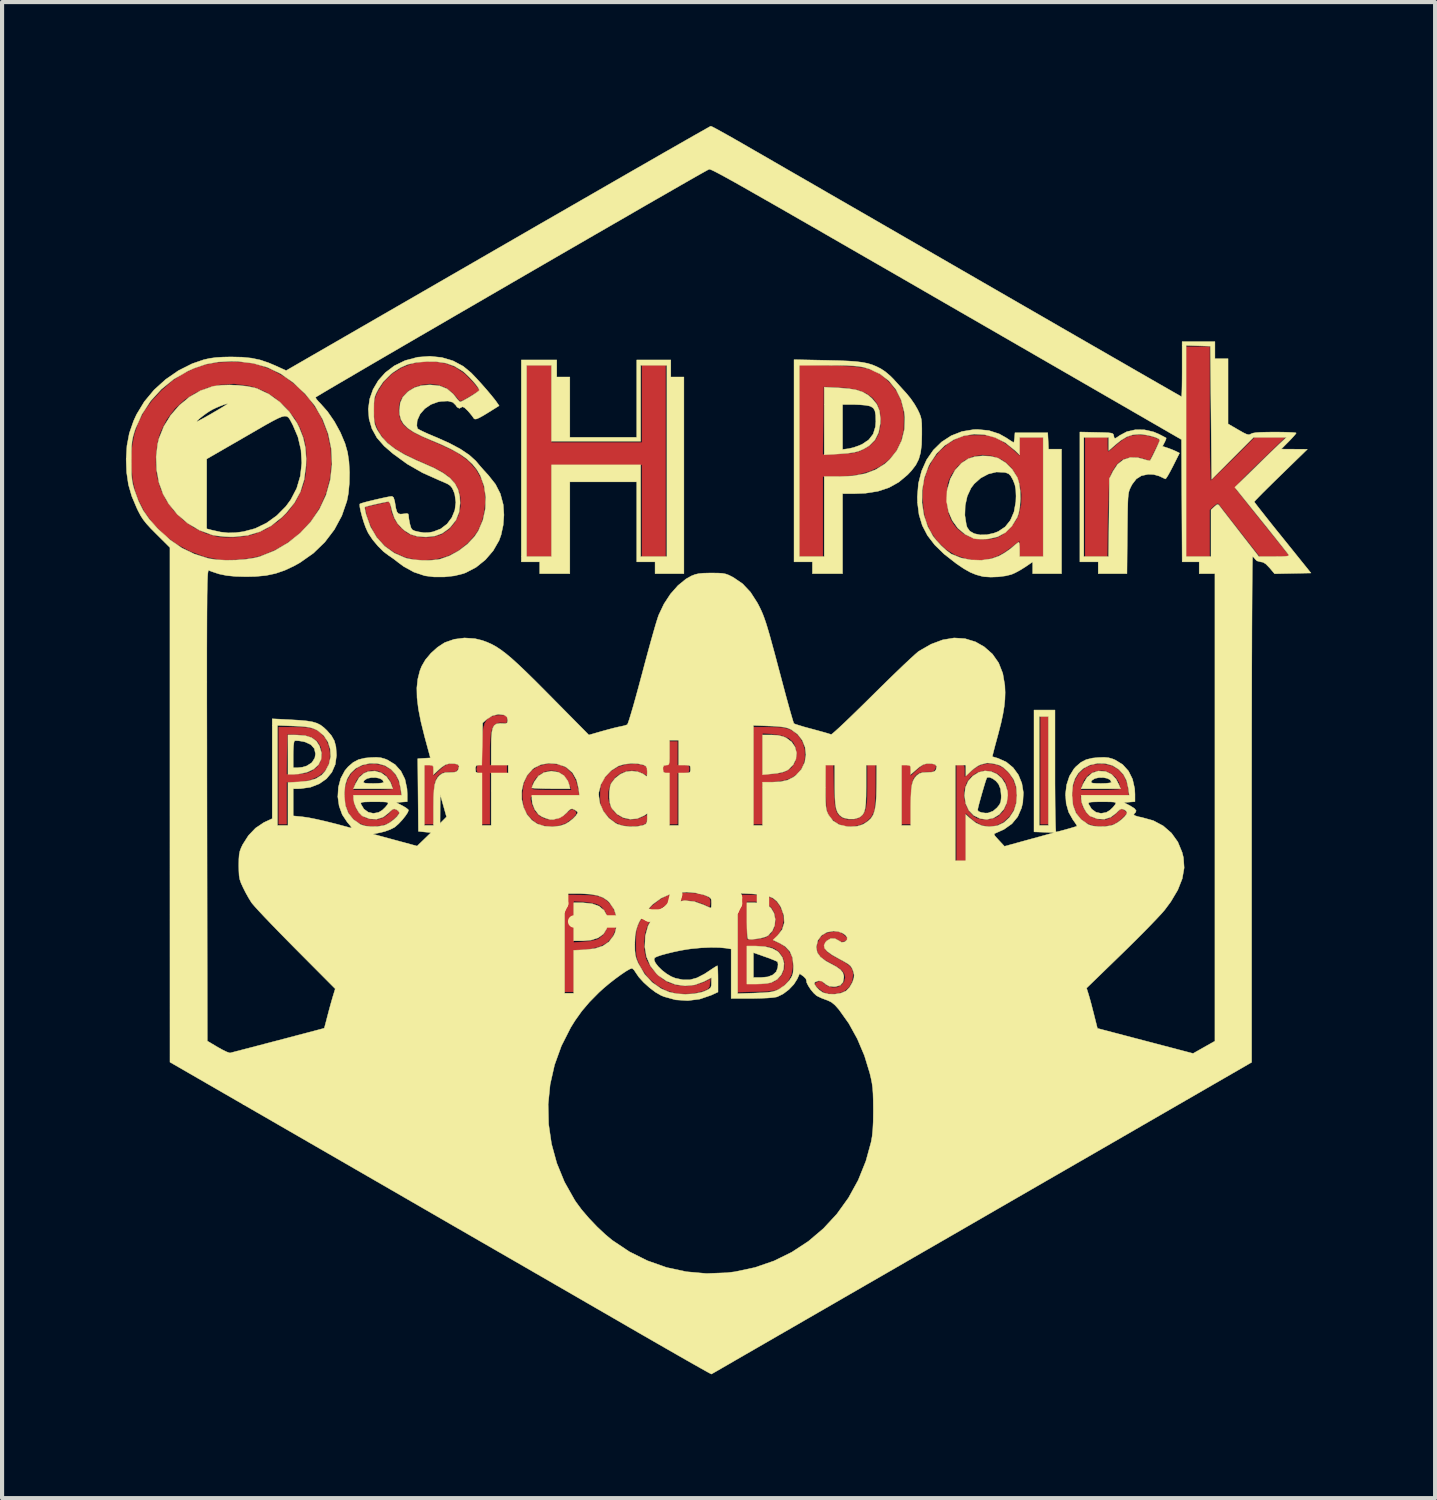
<source format=kicad_pcb>
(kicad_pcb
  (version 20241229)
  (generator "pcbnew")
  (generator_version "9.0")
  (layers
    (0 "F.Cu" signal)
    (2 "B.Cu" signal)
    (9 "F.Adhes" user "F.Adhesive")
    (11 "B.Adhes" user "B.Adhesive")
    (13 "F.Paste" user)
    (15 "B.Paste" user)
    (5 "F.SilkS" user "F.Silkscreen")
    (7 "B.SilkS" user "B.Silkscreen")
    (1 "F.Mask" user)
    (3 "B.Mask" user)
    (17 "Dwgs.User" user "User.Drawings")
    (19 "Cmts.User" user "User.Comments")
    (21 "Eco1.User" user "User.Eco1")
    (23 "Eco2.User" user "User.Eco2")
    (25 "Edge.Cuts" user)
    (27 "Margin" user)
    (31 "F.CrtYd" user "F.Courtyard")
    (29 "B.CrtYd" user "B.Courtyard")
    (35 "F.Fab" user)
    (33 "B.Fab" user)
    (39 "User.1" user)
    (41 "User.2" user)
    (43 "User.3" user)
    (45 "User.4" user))
  (footprint "logo_OSH_park"
    (layer "F.Cu")
    (at 14.337 18.43)
    (property "Reference" "logo_OSH_park" (at 0 0 0) (layer "F.SilkS") (effects (font (size 1.524 1.524) (thickness 0.3))))
    (attr through_hole)
    (fp_poly (pts (xy 8.001 -1.524) (xy 7.811 -1.524) (xy 7.811 -4.128) (xy 8.001 -4.128) (xy 8.001 -1.524)) (stroke (width 0.01) (type solid)) (fill yes) (layer "F.Cu"))
    (fp_poly (pts (xy -4.032 -10.763) (xy -1.841 -10.763) (xy -1.841 -12.636) (xy -1.27 -12.636) (xy -1.27 -8.001) (xy -1.841 -8.001) (xy -1.841 -10.223) (xy -4.032 -10.223) (xy -4.032 -8.001) (xy -4.636 -8.001) (xy -4.636 -12.636) (xy -4.032 -12.636) (xy -4.032 -10.763)) (stroke (width 0.01) (type solid)) (fill yes) (layer "F.Cu"))
    (fp_poly (pts (xy -0.984 -2.953) (xy -0.841 -2.953) (xy -0.754 -2.95) (xy -0.712 -2.934) (xy -0.699 -2.893) (xy -0.699 -2.857) (xy -0.703 -2.799) (xy -0.727 -2.771) (xy -0.787 -2.763) (xy -0.841 -2.762) (xy -0.984 -2.762) (xy -0.984 -1.524) (xy -1.175 -1.524) (xy -1.175 -2.762) (xy -1.254 -2.762) (xy -1.311 -2.773) (xy -1.332 -2.816) (xy -1.333 -2.857) (xy -1.325 -2.926) (xy -1.289 -2.95) (xy -1.254 -2.953) (xy -1.217 -2.955) (xy -1.193 -2.97) (xy -1.181 -3.01) (xy -1.176 -3.087) (xy -1.175 -3.213) (xy -1.175 -3.239) (xy -1.175 -3.524) (xy -0.984 -3.524) (xy -0.984 -2.953)) (stroke (width 0.01) (type solid)) (fill yes) (layer "F.Cu"))
    (fp_poly (pts (xy -6.344 -2.976) (xy -6.289 -2.951) (xy -6.283 -2.902) (xy -6.302 -2.859) (xy -6.336 -2.811) (xy -6.385 -2.79) (xy -6.471 -2.789) (xy -6.491 -2.79) (xy -6.639 -2.78) (xy -6.72 -2.746) (xy -6.78 -2.696) (xy -6.825 -2.631) (xy -6.856 -2.54) (xy -6.876 -2.415) (xy -6.886 -2.246) (xy -6.89 -2.024) (xy -6.89 -2.001) (xy -6.89 -1.524) (xy -7.112 -1.524) (xy -7.112 -2.953) (xy -7.001 -2.953) (xy -6.931 -2.949) (xy -6.899 -2.926) (xy -6.89 -2.866) (xy -6.89 -2.821) (xy -6.89 -2.69) (xy -6.732 -2.837) (xy -6.637 -2.92) (xy -6.564 -2.965) (xy -6.493 -2.983) (xy -6.455 -2.984) (xy -6.344 -2.976)) (stroke (width 0.01) (type solid)) (fill yes) (layer "F.Cu"))
    (fp_poly (pts (xy 5.213 -2.976) (xy 5.268 -2.951) (xy 5.274 -2.902) (xy 5.255 -2.859) (xy 5.221 -2.811) (xy 5.172 -2.79) (xy 5.086 -2.789) (xy 5.066 -2.79) (xy 4.918 -2.78) (xy 4.837 -2.746) (xy 4.777 -2.696) (xy 4.732 -2.631) (xy 4.701 -2.54) (xy 4.681 -2.415) (xy 4.671 -2.246) (xy 4.667 -2.024) (xy 4.667 -2.001) (xy 4.667 -1.524) (xy 4.445 -1.524) (xy 4.445 -2.953) (xy 4.556 -2.953) (xy 4.626 -2.949) (xy 4.658 -2.926) (xy 4.667 -2.866) (xy 4.667 -2.821) (xy 4.667 -2.69) (xy 4.825 -2.837) (xy 4.92 -2.92) (xy 4.993 -2.965) (xy 5.064 -2.983) (xy 5.102 -2.984) (xy 5.213 -2.976)) (stroke (width 0.01) (type solid)) (fill yes) (layer "F.Cu"))
    (fp_poly (pts (xy 10.356 -10.936) (xy 10.54 -10.892) (xy 10.581 -10.876) (xy 10.7 -10.826) (xy 10.573 -10.574) (xy 10.447 -10.322) (xy 10.328 -10.371) (xy 10.197 -10.404) (xy 10.045 -10.409) (xy 9.897 -10.389) (xy 9.777 -10.344) (xy 9.755 -10.33) (xy 9.636 -10.212) (xy 9.537 -10.057) (xy 9.489 -9.941) (xy 9.478 -9.873) (xy 9.467 -9.748) (xy 9.457 -9.571) (xy 9.448 -9.349) (xy 9.441 -9.087) (xy 9.438 -8.914) (xy 9.423 -8.001) (xy 8.89 -8.001) (xy 8.89 -10.89) (xy 9.43 -10.89) (xy 9.43 -10.716) (xy 9.433 -10.62) (xy 9.441 -10.557) (xy 9.449 -10.541) (xy 9.479 -10.561) (xy 9.544 -10.614) (xy 9.631 -10.689) (xy 9.656 -10.712) (xy 9.815 -10.838) (xy 9.957 -10.913) (xy 9.987 -10.923) (xy 10.161 -10.947) (xy 10.356 -10.936)) (stroke (width 0.01) (type solid)) (fill yes) (layer "F.Cu"))
    (fp_poly (pts (xy -10.295 -3.873) (xy -10.082 -3.869) (xy -9.92 -3.853) (xy -9.795 -3.824) (xy -9.694 -3.779) (xy -9.617 -3.723) (xy -9.507 -3.592) (xy -9.433 -3.425) (xy -9.398 -3.24) (xy -9.408 -3.057) (xy -9.441 -2.943) (xy -9.534 -2.8) (xy -9.678 -2.683) (xy -9.863 -2.599) (xy -10.08 -2.55) (xy -10.245 -2.54) (xy -10.446 -2.54) (xy -10.446 -1.524) (xy -10.636 -1.524) (xy -10.636 -2.731) (xy -10.447 -2.731) (xy -10.215 -2.731) (xy -10.061 -2.737) (xy -9.942 -2.76) (xy -9.841 -2.802) (xy -9.705 -2.903) (xy -9.62 -3.041) (xy -9.589 -3.209) (xy -9.589 -3.218) (xy -9.614 -3.389) (xy -9.69 -3.522) (xy -9.817 -3.618) (xy -9.994 -3.675) (xy -10.184 -3.693) (xy -10.43 -3.699) (xy -10.439 -3.215) (xy -10.447 -2.731) (xy -10.636 -2.731) (xy -10.636 -3.873) (xy -10.295 -3.873)) (stroke (width 0.01) (type solid)) (fill yes) (layer "F.Cu"))
    (fp_poly (pts (xy 1.23 -3.873) (xy 1.444 -3.867) (xy 1.608 -3.849) (xy 1.735 -3.813) (xy 1.838 -3.755) (xy 1.93 -3.673) (xy 1.958 -3.643) (xy 2.05 -3.493) (xy 2.099 -3.314) (xy 2.102 -3.127) (xy 2.059 -2.95) (xy 2.017 -2.867) (xy 1.91 -2.737) (xy 1.773 -2.644) (xy 1.597 -2.583) (xy 1.371 -2.551) (xy 1.341 -2.548) (xy 1.079 -2.531) (xy 1.079 -1.524) (xy 0.857 -1.524) (xy 0.857 -2.731) (xy 1.079 -2.731) (xy 1.294 -2.731) (xy 1.507 -2.751) (xy 1.642 -2.793) (xy 1.781 -2.886) (xy 1.868 -3.016) (xy 1.904 -3.184) (xy 1.905 -3.223) (xy 1.884 -3.388) (xy 1.818 -3.517) (xy 1.704 -3.611) (xy 1.54 -3.673) (xy 1.321 -3.706) (xy 1.315 -3.706) (xy 1.079 -3.724) (xy 1.079 -2.731) (xy 0.857 -2.731) (xy 0.857 -3.873) (xy 1.23 -3.873)) (stroke (width 0.01) (type solid)) (fill yes) (layer "F.Cu"))
    (fp_poly (pts (xy -3.342 0.193) (xy -3.136 0.198) (xy -2.981 0.212) (xy -2.862 0.239) (xy -2.769 0.281) (xy -2.686 0.343) (xy -2.666 0.361) (xy -2.554 0.491) (xy -2.492 0.633) (xy -2.469 0.808) (xy -2.469 0.841) (xy -2.493 1.047) (xy -2.567 1.215) (xy -2.691 1.345) (xy -2.866 1.439) (xy -3.093 1.497) (xy -3.237 1.514) (xy -3.493 1.533) (xy -3.493 2.54) (xy -3.715 2.54) (xy -3.715 1.342) (xy -3.493 1.342) (xy -3.246 1.327) (xy -3.096 1.311) (xy -2.968 1.284) (xy -2.896 1.258) (xy -2.778 1.164) (xy -2.702 1.038) (xy -2.667 0.892) (xy -2.673 0.741) (xy -2.721 0.6) (xy -2.811 0.484) (xy -2.893 0.427) (xy -2.974 0.399) (xy -3.095 0.374) (xy -3.23 0.358) (xy -3.243 0.357) (xy -3.493 0.34) (xy -3.493 1.342) (xy -3.715 1.342) (xy -3.715 0.191) (xy -3.342 0.193)) (stroke (width 0.01) (type solid)) (fill yes) (layer "F.Cu"))
    (fp_poly (pts (xy 2.8 -2.437) (xy 2.808 -2.208) (xy 2.821 -2.033) (xy 2.841 -1.904) (xy 2.872 -1.81) (xy 2.915 -1.742) (xy 2.973 -1.692) (xy 3.022 -1.664) (xy 3.14 -1.63) (xy 3.274 -1.63) (xy 3.399 -1.662) (xy 3.466 -1.703) (xy 3.521 -1.761) (xy 3.562 -1.83) (xy 3.59 -1.921) (xy 3.607 -2.043) (xy 3.616 -2.207) (xy 3.619 -2.423) (xy 3.619 -2.46) (xy 3.619 -2.953) (xy 3.81 -2.953) (xy 3.81 -2.453) (xy 3.808 -2.271) (xy 3.802 -2.104) (xy 3.794 -1.965) (xy 3.784 -1.868) (xy 3.778 -1.84) (xy 3.708 -1.699) (xy 3.592 -1.587) (xy 3.441 -1.507) (xy 3.269 -1.468) (xy 3.089 -1.473) (xy 3.01 -1.492) (xy 2.869 -1.559) (xy 2.745 -1.662) (xy 2.675 -1.757) (xy 2.654 -1.808) (xy 2.638 -1.878) (xy 2.626 -1.979) (xy 2.618 -2.118) (xy 2.611 -2.307) (xy 2.609 -2.405) (xy 2.597 -2.953) (xy 2.787 -2.953) (xy 2.8 -2.437)) (stroke (width 0.01) (type solid)) (fill yes) (layer "F.Cu"))
    (fp_poly (pts (xy -1.849 -2.955) (xy -1.765 -2.928) (xy -1.726 -2.895) (xy -1.715 -2.838) (xy -1.714 -2.809) (xy -1.714 -2.7) (xy -1.843 -2.767) (xy -2.01 -2.82) (xy -2.182 -2.818) (xy -2.345 -2.765) (xy -2.487 -2.665) (xy -2.593 -2.523) (xy -2.606 -2.496) (xy -2.661 -2.313) (xy -2.662 -2.136) (xy -2.617 -1.974) (xy -2.532 -1.834) (xy -2.414 -1.724) (xy -2.271 -1.652) (xy -2.108 -1.625) (xy -1.934 -1.65) (xy -1.863 -1.677) (xy -1.714 -1.743) (xy -1.714 -1.65) (xy -1.739 -1.56) (xy -1.782 -1.522) (xy -1.886 -1.489) (xy -2.027 -1.474) (xy -2.181 -1.478) (xy -2.324 -1.5) (xy -2.36 -1.51) (xy -2.502 -1.579) (xy -2.639 -1.687) (xy -2.752 -1.815) (xy -2.823 -1.946) (xy -2.825 -1.951) (xy -2.845 -2.05) (xy -2.854 -2.184) (xy -2.852 -2.288) (xy -2.839 -2.422) (xy -2.813 -2.521) (xy -2.766 -2.61) (xy -2.744 -2.641) (xy -2.598 -2.797) (xy -2.415 -2.908) (xy -2.208 -2.971) (xy -1.991 -2.98) (xy -1.849 -2.955)) (stroke (width 0.01) (type solid)) (fill yes) (layer "F.Cu"))
    (fp_poly (pts (xy -5.178 -4.157) (xy -5.131 -4.145) (xy -5.114 -4.113) (xy -5.112 -4.061) (xy -5.117 -3.993) (xy -5.144 -3.974) (xy -5.189 -3.981) (xy -5.278 -3.985) (xy -5.349 -3.969) (xy -5.417 -3.927) (xy -5.466 -3.856) (xy -5.498 -3.746) (xy -5.517 -3.591) (xy -5.524 -3.383) (xy -5.524 -3.335) (xy -5.524 -2.953) (xy -5.112 -2.953) (xy -5.112 -2.762) (xy -5.524 -2.762) (xy -5.524 -1.524) (xy -5.715 -1.524) (xy -5.715 -2.143) (xy -5.715 -2.356) (xy -5.717 -2.513) (xy -5.72 -2.624) (xy -5.726 -2.695) (xy -5.736 -2.737) (xy -5.75 -2.756) (xy -5.769 -2.762) (xy -5.779 -2.762) (xy -5.825 -2.777) (xy -5.841 -2.833) (xy -5.842 -2.857) (xy -5.832 -2.927) (xy -5.795 -2.952) (xy -5.779 -2.953) (xy -5.753 -2.956) (xy -5.735 -2.973) (xy -5.724 -3.013) (xy -5.718 -3.087) (xy -5.716 -3.203) (xy -5.715 -3.373) (xy -5.715 -3.381) (xy -5.709 -3.629) (xy -5.688 -3.82) (xy -5.65 -3.962) (xy -5.589 -4.06) (xy -5.504 -4.122) (xy -5.389 -4.153) (xy -5.274 -4.159) (xy -5.178 -4.157)) (stroke (width 0.01) (type solid)) (fill yes) (layer "F.Cu"))
    (fp_poly (pts (xy 11.906 -11.462) (xy 11.907 -11.148) (xy 11.908 -10.854) (xy 11.91 -10.586) (xy 11.913 -10.35) (xy 11.916 -10.152) (xy 11.92 -9.998) (xy 11.924 -9.894) (xy 11.929 -9.845) (xy 11.93 -9.842) (xy 11.959 -9.864) (xy 12.025 -9.924) (xy 12.123 -10.017) (xy 12.246 -10.137) (xy 12.387 -10.276) (xy 12.478 -10.366) (xy 13.001 -10.89) (xy 13.732 -10.888) (xy 13.115 -10.292) (xy 12.92 -10.103) (xy 12.769 -9.952) (xy 12.657 -9.836) (xy 12.581 -9.752) (xy 12.538 -9.694) (xy 12.524 -9.659) (xy 12.526 -9.65) (xy 12.552 -9.615) (xy 12.614 -9.537) (xy 12.705 -9.422) (xy 12.821 -9.276) (xy 12.957 -9.106) (xy 13.108 -8.917) (xy 13.2 -8.803) (xy 13.846 -8.001) (xy 13.122 -8.001) (xy 12.633 -8.625) (xy 12.498 -8.798) (xy 12.375 -8.955) (xy 12.271 -9.09) (xy 12.19 -9.194) (xy 12.138 -9.261) (xy 12.122 -9.283) (xy 12.086 -9.287) (xy 12.021 -9.241) (xy 12.003 -9.225) (xy 11.906 -9.132) (xy 11.906 -8.001) (xy 11.335 -8.001) (xy 11.335 -13.081) (xy 11.906 -13.081) (xy 11.906 -11.462)) (stroke (width 0.01) (type solid)) (fill yes) (layer "F.Cu"))
    (fp_poly (pts (xy 2.691 -12.628) (xy 2.999 -12.618) (xy 3.252 -12.602) (xy 3.46 -12.579) (xy 3.63 -12.545) (xy 3.773 -12.497) (xy 3.896 -12.433) (xy 4.008 -12.35) (xy 4.119 -12.246) (xy 4.185 -12.177) (xy 4.328 -11.991) (xy 4.425 -11.789) (xy 4.482 -11.556) (xy 4.501 -11.363) (xy 4.491 -11.061) (xy 4.427 -10.791) (xy 4.312 -10.556) (xy 4.146 -10.356) (xy 3.933 -10.193) (xy 3.672 -10.069) (xy 3.367 -9.985) (xy 3.019 -9.943) (xy 2.839 -9.938) (xy 2.54 -9.938) (xy 2.54 -8.001) (xy 1.968 -8.001) (xy 1.968 -10.47) (xy 2.539 -10.47) (xy 2.928 -10.483) (xy 3.104 -10.491) (xy 3.233 -10.502) (xy 3.332 -10.519) (xy 3.417 -10.545) (xy 3.495 -10.578) (xy 3.685 -10.69) (xy 3.82 -10.827) (xy 3.905 -10.997) (xy 3.943 -11.206) (xy 3.946 -11.291) (xy 3.926 -11.514) (xy 3.861 -11.698) (xy 3.749 -11.847) (xy 3.588 -11.961) (xy 3.377 -12.041) (xy 3.113 -12.089) (xy 2.842 -12.106) (xy 2.556 -12.113) (xy 2.547 -11.291) (xy 2.539 -10.47) (xy 1.968 -10.47) (xy 1.968 -12.645) (xy 2.691 -12.628)) (stroke (width 0.01) (type solid)) (fill yes) (layer "F.Cu"))
    (fp_poly (pts (xy 6.755 -2.956) (xy 6.912 -2.877) (xy 7.041 -2.756) (xy 7.141 -2.604) (xy 7.206 -2.43) (xy 7.233 -2.244) (xy 7.219 -2.055) (xy 7.16 -1.874) (xy 7.056 -1.713) (xy 6.899 -1.57) (xy 6.728 -1.488) (xy 6.551 -1.466) (xy 6.372 -1.506) (xy 6.197 -1.607) (xy 6.12 -1.675) (xy 6.001 -1.791) (xy 6.001 -0.635) (xy 5.779 -0.635) (xy 5.779 -2.158) (xy 5.954 -2.158) (xy 5.997 -1.983) (xy 6.077 -1.829) (xy 6.188 -1.711) (xy 6.267 -1.663) (xy 6.4 -1.63) (xy 6.555 -1.632) (xy 6.703 -1.667) (xy 6.79 -1.711) (xy 6.911 -1.83) (xy 6.984 -1.982) (xy 7.013 -2.173) (xy 7.012 -2.27) (xy 7.001 -2.402) (xy 6.98 -2.494) (xy 6.943 -2.57) (xy 6.909 -2.618) (xy 6.779 -2.742) (xy 6.623 -2.808) (xy 6.438 -2.818) (xy 6.436 -2.818) (xy 6.263 -2.772) (xy 6.121 -2.674) (xy 6.017 -2.531) (xy 5.958 -2.352) (xy 5.955 -2.336) (xy 5.954 -2.158) (xy 5.779 -2.158) (xy 5.779 -2.953) (xy 5.874 -2.953) (xy 5.932 -2.949) (xy 5.96 -2.925) (xy 5.968 -2.865) (xy 5.969 -2.808) (xy 5.969 -2.663) (xy 6.12 -2.79) (xy 6.259 -2.895) (xy 6.383 -2.956) (xy 6.511 -2.982) (xy 6.575 -2.985) (xy 6.755 -2.956)) (stroke (width 0.01) (type solid)) (fill yes) (layer "F.Cu"))
    (fp_poly (pts (xy 2.949 1.095) (xy 3.013 1.135) (xy 3.051 1.168) (xy 3.159 1.264) (xy 3.072 1.304) (xy 3.001 1.327) (xy 2.951 1.311) (xy 2.927 1.291) (xy 2.834 1.242) (xy 2.735 1.242) (xy 2.647 1.284) (xy 2.587 1.36) (xy 2.572 1.434) (xy 2.591 1.508) (xy 2.652 1.582) (xy 2.762 1.661) (xy 2.917 1.745) (xy 3.074 1.831) (xy 3.178 1.908) (xy 3.24 1.986) (xy 3.267 2.076) (xy 3.27 2.134) (xy 3.243 2.289) (xy 3.17 2.423) (xy 3.06 2.518) (xy 3.053 2.522) (xy 2.914 2.571) (xy 2.762 2.589) (xy 2.627 2.573) (xy 2.623 2.572) (xy 2.553 2.538) (xy 2.473 2.482) (xy 2.401 2.42) (xy 2.356 2.367) (xy 2.349 2.349) (xy 2.375 2.322) (xy 2.43 2.291) (xy 2.492 2.271) (xy 2.522 2.287) (xy 2.527 2.298) (xy 2.564 2.341) (xy 2.635 2.39) (xy 2.648 2.398) (xy 2.773 2.437) (xy 2.892 2.428) (xy 2.992 2.376) (xy 3.059 2.289) (xy 3.08 2.191) (xy 3.066 2.107) (xy 3.018 2.032) (xy 2.929 1.956) (xy 2.79 1.871) (xy 2.725 1.837) (xy 2.594 1.765) (xy 2.508 1.707) (xy 2.455 1.652) (xy 2.422 1.591) (xy 2.392 1.489) (xy 2.403 1.389) (xy 2.409 1.365) (xy 2.476 1.227) (xy 2.58 1.137) (xy 2.729 1.092) (xy 2.773 1.087) (xy 2.879 1.082) (xy 2.949 1.095)) (stroke (width 0.01) (type solid)) (fill yes) (layer "F.Cu"))
    (fp_poly (pts (xy 9.334 -2.976) (xy 9.537 -2.931) (xy 9.701 -2.836) (xy 9.823 -2.695) (xy 9.901 -2.508) (xy 9.924 -2.39) (xy 9.946 -2.224) (xy 9.362 -2.215) (xy 8.779 -2.207) (xy 8.79 -2.095) (xy 8.834 -1.931) (xy 8.925 -1.79) (xy 9.051 -1.689) (xy 9.065 -1.683) (xy 9.241 -1.625) (xy 9.404 -1.63) (xy 9.555 -1.697) (xy 9.668 -1.796) (xy 9.731 -1.862) (xy 9.771 -1.886) (xy 9.807 -1.875) (xy 9.839 -1.85) (xy 9.909 -1.794) (xy 9.806 -1.688) (xy 9.72 -1.611) (xy 9.632 -1.547) (xy 9.609 -1.534) (xy 9.484 -1.493) (xy 9.328 -1.473) (xy 9.17 -1.476) (xy 9.041 -1.504) (xy 8.891 -1.572) (xy 8.783 -1.656) (xy 8.695 -1.772) (xy 8.682 -1.794) (xy 8.606 -1.979) (xy 8.576 -2.185) (xy 8.587 -2.349) (xy 8.787 -2.349) (xy 9.267 -2.349) (xy 9.452 -2.35) (xy 9.582 -2.353) (xy 9.668 -2.358) (xy 9.717 -2.367) (xy 9.74 -2.382) (xy 9.746 -2.403) (xy 9.746 -2.405) (xy 9.713 -2.539) (xy 9.63 -2.66) (xy 9.512 -2.756) (xy 9.373 -2.814) (xy 9.281 -2.826) (xy 9.109 -2.798) (xy 8.966 -2.718) (xy 8.861 -2.594) (xy 8.806 -2.447) (xy 8.787 -2.349) (xy 8.587 -2.349) (xy 8.59 -2.394) (xy 8.647 -2.589) (xy 8.746 -2.753) (xy 8.75 -2.757) (xy 8.898 -2.887) (xy 9.075 -2.961) (xy 9.281 -2.979) (xy 9.334 -2.976)) (stroke (width 0.01) (type solid)) (fill yes) (layer "F.Cu"))
    (fp_poly (pts (xy -8.287 -2.976) (xy -8.084 -2.931) (xy -7.92 -2.836) (xy -7.799 -2.695) (xy -7.72 -2.508) (xy -7.697 -2.389) (xy -7.675 -2.223) (xy -8.826 -2.223) (xy -8.826 -2.121) (xy -8.812 -2.029) (xy -8.777 -1.921) (xy -8.761 -1.885) (xy -8.668 -1.758) (xy -8.54 -1.672) (xy -8.392 -1.629) (xy -8.238 -1.631) (xy -8.092 -1.678) (xy -7.969 -1.771) (xy -7.936 -1.812) (xy -7.886 -1.871) (xy -7.843 -1.884) (xy -7.793 -1.867) (xy -7.736 -1.834) (xy -7.715 -1.812) (xy -7.738 -1.768) (xy -7.797 -1.703) (xy -7.874 -1.631) (xy -7.954 -1.569) (xy -8.001 -1.54) (xy -8.136 -1.494) (xy -8.3 -1.473) (xy -8.463 -1.477) (xy -8.58 -1.504) (xy -8.73 -1.572) (xy -8.838 -1.656) (xy -8.926 -1.772) (xy -8.939 -1.794) (xy -9.015 -1.979) (xy -9.045 -2.185) (xy -9.034 -2.349) (xy -8.832 -2.349) (xy -8.353 -2.349) (xy -8.168 -2.35) (xy -8.038 -2.353) (xy -7.953 -2.358) (xy -7.904 -2.368) (xy -7.881 -2.382) (xy -7.875 -2.403) (xy -7.876 -2.405) (xy -7.902 -2.51) (xy -7.967 -2.624) (xy -8.054 -2.723) (xy -8.093 -2.753) (xy -8.241 -2.818) (xy -8.394 -2.828) (xy -8.541 -2.787) (xy -8.669 -2.702) (xy -8.764 -2.576) (xy -8.809 -2.453) (xy -8.832 -2.349) (xy -9.034 -2.349) (xy -9.031 -2.394) (xy -8.974 -2.589) (xy -8.875 -2.753) (xy -8.871 -2.757) (xy -8.723 -2.887) (xy -8.547 -2.961) (xy -8.34 -2.979) (xy -8.287 -2.976)) (stroke (width 0.01) (type solid)) (fill yes) (layer "F.Cu"))
    (fp_poly (pts (xy 0.802 0.191) (xy 1.017 0.2) (xy 1.183 0.226) (xy 1.309 0.275) (xy 1.407 0.351) (xy 1.477 0.44) (xy 1.562 0.619) (xy 1.587 0.804) (xy 1.552 0.983) (xy 1.458 1.149) (xy 1.442 1.169) (xy 1.329 1.301) (xy 1.458 1.352) (xy 1.595 1.433) (xy 1.708 1.548) (xy 1.782 1.679) (xy 1.796 1.731) (xy 1.81 1.929) (xy 1.779 2.111) (xy 1.705 2.262) (xy 1.692 2.279) (xy 1.614 2.368) (xy 1.539 2.433) (xy 1.453 2.478) (xy 1.344 2.506) (xy 1.201 2.523) (xy 1.011 2.533) (xy 0.929 2.535) (xy 0.476 2.546) (xy 0.476 2.349) (xy 0.699 2.349) (xy 0.976 2.349) (xy 1.149 2.344) (xy 1.273 2.326) (xy 1.365 2.294) (xy 1.458 2.228) (xy 1.539 2.142) (xy 1.547 2.13) (xy 1.609 1.986) (xy 1.615 1.834) (xy 1.569 1.688) (xy 1.477 1.563) (xy 1.365 1.484) (xy 1.273 1.452) (xy 1.148 1.434) (xy 0.976 1.429) (xy 0.699 1.429) (xy 0.699 2.349) (xy 0.476 2.349) (xy 0.476 0.349) (xy 0.699 0.349) (xy 0.699 1.27) (xy 0.874 1.27) (xy 0.997 1.261) (xy 1.113 1.24) (xy 1.159 1.224) (xy 1.28 1.141) (xy 1.36 1.014) (xy 1.395 0.851) (xy 1.397 0.81) (xy 1.373 0.635) (xy 1.3 0.501) (xy 1.18 0.409) (xy 1.013 0.359) (xy 0.874 0.349) (xy 0.699 0.349) (xy 0.476 0.349) (xy 0.476 0.191) (xy 0.802 0.191)) (stroke (width 0.01) (type solid)) (fill yes) (layer "F.Cu"))
    (fp_poly (pts (xy -3.834 -2.956) (xy -3.666 -2.875) (xy -3.534 -2.742) (xy -3.438 -2.558) (xy -3.383 -2.342) (xy -3.363 -2.223) (xy -3.951 -2.223) (xy -4.165 -2.223) (xy -4.322 -2.221) (xy -4.431 -2.214) (xy -4.499 -2.2) (xy -4.533 -2.174) (xy -4.541 -2.133) (xy -4.53 -2.075) (xy -4.508 -1.995) (xy -4.505 -1.986) (xy -4.433 -1.829) (xy -4.322 -1.715) (xy -4.185 -1.646) (xy -4.03 -1.625) (xy -3.871 -1.655) (xy -3.718 -1.738) (xy -3.672 -1.777) (xy -3.593 -1.846) (xy -3.542 -1.875) (xy -3.503 -1.871) (xy -3.484 -1.859) (xy -3.44 -1.816) (xy -3.438 -1.772) (xy -3.481 -1.711) (xy -3.532 -1.659) (xy -3.692 -1.546) (xy -3.882 -1.481) (xy -4.086 -1.466) (xy -4.29 -1.504) (xy -4.302 -1.508) (xy -4.433 -1.58) (xy -4.556 -1.692) (xy -4.653 -1.824) (xy -4.696 -1.925) (xy -4.715 -2.024) (xy -4.727 -2.155) (xy -4.731 -2.256) (xy -4.712 -2.421) (xy -4.508 -2.421) (xy -4.507 -2.394) (xy -4.495 -2.374) (xy -4.464 -2.362) (xy -4.404 -2.354) (xy -4.306 -2.351) (xy -4.16 -2.35) (xy -4.03 -2.349) (xy -3.552 -2.349) (xy -3.573 -2.421) (xy -3.65 -2.604) (xy -3.759 -2.732) (xy -3.901 -2.806) (xy -4.048 -2.826) (xy -4.187 -2.8) (xy -4.316 -2.731) (xy -4.422 -2.632) (xy -4.491 -2.515) (xy -4.508 -2.421) (xy -4.712 -2.421) (xy -4.705 -2.481) (xy -4.63 -2.67) (xy -4.511 -2.819) (xy -4.351 -2.922) (xy -4.155 -2.976) (xy -4.035 -2.984) (xy -3.834 -2.956)) (stroke (width 0.01) (type solid)) (fill yes) (layer "F.Cu"))
    (fp_poly (pts (xy -0.607 0.149) (xy -0.465 0.166) (xy -0.349 0.198) (xy -0.341 0.201) (xy -0.252 0.24) (xy -0.207 0.276) (xy -0.192 0.327) (xy -0.191 0.368) (xy -0.195 0.44) (xy -0.206 0.476) (xy -0.208 0.476) (xy -0.244 0.463) (xy -0.316 0.429) (xy -0.358 0.408) (xy -0.526 0.35) (xy -0.726 0.324) (xy -0.933 0.331) (xy -1.087 0.361) (xy -1.265 0.441) (xy -1.437 0.569) (xy -1.588 0.731) (xy -1.702 0.912) (xy -1.703 0.915) (xy -1.766 1.101) (xy -1.794 1.313) (xy -1.789 1.527) (xy -1.749 1.721) (xy -1.724 1.785) (xy -1.623 1.953) (xy -1.485 2.113) (xy -1.327 2.246) (xy -1.197 2.321) (xy -0.999 2.382) (xy -0.779 2.402) (xy -0.561 2.381) (xy -0.368 2.32) (xy -0.355 2.314) (xy -0.187 2.231) (xy -0.197 2.345) (xy -0.209 2.416) (xy -0.24 2.46) (xy -0.309 2.496) (xy -0.353 2.513) (xy -0.54 2.562) (xy -0.75 2.586) (xy -0.952 2.582) (xy -1.016 2.573) (xy -1.264 2.497) (xy -1.492 2.367) (xy -1.689 2.191) (xy -1.846 1.976) (xy -1.88 1.911) (xy -1.928 1.811) (xy -1.958 1.728) (xy -1.975 1.644) (xy -1.982 1.538) (xy -1.984 1.391) (xy -1.984 1.366) (xy -1.982 1.209) (xy -1.975 1.097) (xy -1.959 1.01) (xy -1.932 0.929) (xy -1.894 0.847) (xy -1.768 0.647) (xy -1.601 0.461) (xy -1.41 0.309) (xy -1.286 0.238) (xy -1.184 0.193) (xy -1.094 0.166) (xy -0.993 0.151) (xy -0.858 0.146) (xy -0.794 0.145) (xy -0.607 0.149)) (stroke (width 0.01) (type solid)) (fill yes) (layer "F.Cu"))
    (fp_poly (pts (xy 6.427 -10.936) (xy 6.541 -10.927) (xy 6.631 -10.908) (xy 6.718 -10.876) (xy 6.763 -10.856) (xy 6.877 -10.791) (xy 7.007 -10.7) (xy 7.12 -10.607) (xy 7.303 -10.439) (xy 7.303 -10.89) (xy 7.874 -10.89) (xy 7.874 -8.001) (xy 7.303 -8.001) (xy 7.303 -8.386) (xy 7.12 -8.244) (xy 6.932 -8.109) (xy 6.763 -8.016) (xy 6.597 -7.957) (xy 6.512 -7.938) (xy 6.393 -7.918) (xy 6.298 -7.91) (xy 6.203 -7.917) (xy 6.084 -7.938) (xy 6.006 -7.954) (xy 5.746 -8.042) (xy 5.513 -8.185) (xy 5.312 -8.377) (xy 5.15 -8.614) (xy 5.043 -8.855) (xy 5.001 -9.02) (xy 4.973 -9.224) (xy 4.96 -9.43) (xy 5.542 -9.43) (xy 5.552 -9.213) (xy 5.58 -9.041) (xy 5.633 -8.898) (xy 5.716 -8.765) (xy 5.783 -8.683) (xy 5.94 -8.551) (xy 6.134 -8.46) (xy 6.352 -8.415) (xy 6.581 -8.418) (xy 6.743 -8.452) (xy 6.872 -8.515) (xy 7.008 -8.622) (xy 7.134 -8.756) (xy 7.235 -8.903) (xy 7.288 -9.017) (xy 7.343 -9.26) (xy 7.351 -9.505) (xy 7.313 -9.741) (xy 7.233 -9.958) (xy 7.115 -10.147) (xy 6.962 -10.295) (xy 6.849 -10.365) (xy 6.618 -10.446) (xy 6.389 -10.466) (xy 6.171 -10.429) (xy 5.971 -10.336) (xy 5.797 -10.19) (xy 5.655 -9.994) (xy 5.629 -9.945) (xy 5.589 -9.856) (xy 5.563 -9.777) (xy 5.548 -9.69) (xy 5.543 -9.576) (xy 5.542 -9.43) (xy 4.96 -9.43) (xy 4.96 -9.441) (xy 4.964 -9.647) (xy 4.981 -9.794) (xy 5.062 -10.069) (xy 5.192 -10.324) (xy 5.364 -10.548) (xy 5.57 -10.731) (xy 5.741 -10.834) (xy 5.844 -10.882) (xy 5.929 -10.913) (xy 6.016 -10.93) (xy 6.127 -10.937) (xy 6.27 -10.938) (xy 6.427 -10.936)) (stroke (width 0.01) (type solid)) (fill yes) (layer "F.Cu"))
    (fp_poly (pts (xy -11.472 -12.704) (xy -11.253 -12.675) (xy -11.176 -12.656) (xy -10.811 -12.524) (xy -10.473 -12.338) (xy -10.168 -12.101) (xy -9.903 -11.82) (xy -9.683 -11.499) (xy -9.604 -11.351) (xy -9.465 -10.996) (xy -9.386 -10.631) (xy -9.365 -10.263) (xy -9.401 -9.899) (xy -9.492 -9.545) (xy -9.637 -9.209) (xy -9.834 -8.896) (xy -10.083 -8.614) (xy -10.217 -8.494) (xy -10.462 -8.316) (xy -10.733 -8.163) (xy -11.008 -8.047) (xy -11.153 -8.003) (xy -11.313 -7.97) (xy -11.504 -7.944) (xy -11.703 -7.927) (xy -11.888 -7.919) (xy -12.039 -7.924) (xy -12.065 -7.927) (xy -12.438 -8.004) (xy -12.791 -8.135) (xy -13.119 -8.313) (xy -13.414 -8.533) (xy -13.671 -8.792) (xy -13.883 -9.083) (xy -14.045 -9.402) (xy -14.11 -9.588) (xy -14.168 -9.848) (xy -14.202 -10.137) (xy -14.205 -10.262) (xy -13.617 -10.262) (xy -13.602 -10.027) (xy -13.591 -9.952) (xy -13.507 -9.65) (xy -13.368 -9.366) (xy -13.181 -9.107) (xy -12.953 -8.882) (xy -12.692 -8.697) (xy -12.405 -8.558) (xy -12.112 -8.477) (xy -11.932 -8.46) (xy -11.72 -8.463) (xy -11.5 -8.484) (xy -11.301 -8.522) (xy -11.235 -8.54) (xy -10.933 -8.666) (xy -10.659 -8.845) (xy -10.421 -9.069) (xy -10.224 -9.33) (xy -10.077 -9.623) (xy -10.015 -9.811) (xy -9.979 -10.003) (xy -9.961 -10.225) (xy -9.961 -10.456) (xy -9.979 -10.671) (xy -10.014 -10.841) (xy -10.113 -11.109) (xy -10.243 -11.343) (xy -10.417 -11.563) (xy -10.506 -11.655) (xy -10.734 -11.855) (xy -10.966 -12.001) (xy -11.219 -12.102) (xy -11.382 -12.144) (xy -11.719 -12.185) (xy -12.048 -12.167) (xy -12.363 -12.094) (xy -12.657 -11.97) (xy -12.925 -11.798) (xy -13.158 -11.581) (xy -13.352 -11.323) (xy -13.499 -11.029) (xy -13.527 -10.954) (xy -13.577 -10.751) (xy -13.608 -10.512) (xy -13.617 -10.262) (xy -14.205 -10.262) (xy -14.208 -10.424) (xy -14.192 -10.633) (xy -14.13 -10.96) (xy -14.032 -11.252) (xy -13.891 -11.521) (xy -13.701 -11.78) (xy -13.481 -12.017) (xy -13.221 -12.248) (xy -12.956 -12.426) (xy -12.669 -12.561) (xy -12.43 -12.641) (xy -12.222 -12.684) (xy -11.978 -12.709) (xy -11.721 -12.716) (xy -11.472 -12.704)) (stroke (width 0.01) (type solid)) (fill yes) (layer "F.Cu"))
    (fp_poly (pts (xy -6.864 -12.722) (xy -6.592 -12.674) (xy -6.35 -12.575) (xy -6.13 -12.422) (xy -5.924 -12.21) (xy -5.913 -12.196) (xy -5.774 -12.025) (xy -6.006 -11.887) (xy -6.12 -11.82) (xy -6.193 -11.784) (xy -6.236 -11.774) (xy -6.264 -11.786) (xy -6.279 -11.803) (xy -6.324 -11.858) (xy -6.394 -11.936) (xy -6.435 -11.978) (xy -6.587 -12.093) (xy -6.768 -12.162) (xy -6.966 -12.186) (xy -7.166 -12.167) (xy -7.356 -12.105) (xy -7.521 -12.001) (xy -7.636 -11.878) (xy -7.691 -11.789) (xy -7.72 -11.706) (xy -7.73 -11.601) (xy -7.731 -11.541) (xy -7.721 -11.41) (xy -7.688 -11.297) (xy -7.626 -11.197) (xy -7.527 -11.104) (xy -7.387 -11.012) (xy -7.198 -10.915) (xy -6.955 -10.808) (xy -6.927 -10.796) (xy -6.751 -10.721) (xy -6.581 -10.643) (xy -6.43 -10.571) (xy -6.317 -10.511) (xy -6.291 -10.496) (xy -6.048 -10.316) (xy -5.86 -10.104) (xy -5.728 -9.865) (xy -5.653 -9.602) (xy -5.636 -9.319) (xy -5.678 -9.018) (xy -5.718 -8.874) (xy -5.772 -8.726) (xy -5.836 -8.603) (xy -5.923 -8.485) (xy -6.045 -8.351) (xy -6.065 -8.331) (xy -6.283 -8.154) (xy -6.538 -8.023) (xy -6.819 -7.942) (xy -7.114 -7.914) (xy -7.318 -7.928) (xy -7.583 -7.991) (xy -7.834 -8.103) (xy -8.055 -8.256) (xy -8.232 -8.44) (xy -8.337 -8.604) (xy -8.431 -8.797) (xy -8.499 -8.989) (xy -8.521 -9.084) (xy -8.542 -9.198) (xy -8.279 -9.255) (xy -8.154 -9.282) (xy -8.051 -9.307) (xy -7.987 -9.323) (xy -7.977 -9.326) (xy -7.946 -9.313) (xy -7.938 -9.264) (xy -7.908 -9.068) (xy -7.825 -8.878) (xy -7.699 -8.709) (xy -7.539 -8.575) (xy -7.467 -8.535) (xy -7.291 -8.479) (xy -7.089 -8.459) (xy -6.886 -8.476) (xy -6.706 -8.53) (xy -6.691 -8.536) (xy -6.511 -8.657) (xy -6.372 -8.819) (xy -6.275 -9.009) (xy -6.227 -9.217) (xy -6.23 -9.43) (xy -6.288 -9.638) (xy -6.312 -9.688) (xy -6.399 -9.821) (xy -6.516 -9.94) (xy -6.672 -10.051) (xy -6.877 -10.16) (xy -7.064 -10.243) (xy -7.365 -10.375) (xy -7.61 -10.497) (xy -7.808 -10.613) (xy -7.965 -10.73) (xy -8.088 -10.852) (xy -8.183 -10.984) (xy -8.247 -11.104) (xy -8.293 -11.219) (xy -8.319 -11.327) (xy -8.33 -11.457) (xy -8.331 -11.545) (xy -8.328 -11.687) (xy -8.314 -11.794) (xy -8.283 -11.892) (xy -8.23 -12.009) (xy -8.229 -12.011) (xy -8.084 -12.236) (xy -7.892 -12.424) (xy -7.663 -12.571) (xy -7.405 -12.672) (xy -7.125 -12.723) (xy -6.864 -12.722)) (stroke (width 0.01) (type solid)) (fill yes) (layer "F.Cu"))
    (fp_poly (pts (xy 8.001 -1.524) (xy 7.811 -1.524) (xy 7.811 -4.128) (xy 8.001 -4.128) (xy 8.001 -1.524)) (stroke (width 0.01) (type solid)) (fill yes) (layer "F.Mask"))
    (fp_poly (pts (xy -4.032 -10.763) (xy -1.841 -10.763) (xy -1.841 -12.636) (xy -1.27 -12.636) (xy -1.27 -8.001) (xy -1.841 -8.001) (xy -1.841 -10.223) (xy -4.032 -10.223) (xy -4.032 -8.001) (xy -4.636 -8.001) (xy -4.636 -12.636) (xy -4.032 -12.636) (xy -4.032 -10.763)) (stroke (width 0.01) (type solid)) (fill yes) (layer "F.Mask"))
    (fp_poly (pts (xy -0.984 -2.953) (xy -0.841 -2.953) (xy -0.754 -2.95) (xy -0.712 -2.934) (xy -0.699 -2.893) (xy -0.699 -2.857) (xy -0.703 -2.799) (xy -0.727 -2.771) (xy -0.787 -2.763) (xy -0.841 -2.762) (xy -0.984 -2.762) (xy -0.984 -1.524) (xy -1.175 -1.524) (xy -1.175 -2.762) (xy -1.254 -2.762) (xy -1.311 -2.773) (xy -1.332 -2.816) (xy -1.333 -2.857) (xy -1.325 -2.926) (xy -1.289 -2.95) (xy -1.254 -2.953) (xy -1.217 -2.955) (xy -1.193 -2.97) (xy -1.181 -3.01) (xy -1.176 -3.087) (xy -1.175 -3.213) (xy -1.175 -3.239) (xy -1.175 -3.524) (xy -0.984 -3.524) (xy -0.984 -2.953)) (stroke (width 0.01) (type solid)) (fill yes) (layer "F.Mask"))
    (fp_poly (pts (xy -6.344 -2.976) (xy -6.289 -2.951) (xy -6.283 -2.902) (xy -6.302 -2.859) (xy -6.336 -2.811) (xy -6.385 -2.79) (xy -6.471 -2.789) (xy -6.491 -2.79) (xy -6.639 -2.78) (xy -6.72 -2.746) (xy -6.78 -2.696) (xy -6.825 -2.631) (xy -6.856 -2.54) (xy -6.876 -2.415) (xy -6.886 -2.246) (xy -6.89 -2.024) (xy -6.89 -2.001) (xy -6.89 -1.524) (xy -7.112 -1.524) (xy -7.112 -2.953) (xy -7.001 -2.953) (xy -6.931 -2.949) (xy -6.899 -2.926) (xy -6.89 -2.866) (xy -6.89 -2.821) (xy -6.89 -2.69) (xy -6.732 -2.837) (xy -6.637 -2.92) (xy -6.564 -2.965) (xy -6.493 -2.983) (xy -6.455 -2.984) (xy -6.344 -2.976)) (stroke (width 0.01) (type solid)) (fill yes) (layer "F.Mask"))
    (fp_poly (pts (xy 5.213 -2.976) (xy 5.268 -2.951) (xy 5.274 -2.902) (xy 5.255 -2.859) (xy 5.221 -2.811) (xy 5.172 -2.79) (xy 5.086 -2.789) (xy 5.066 -2.79) (xy 4.918 -2.78) (xy 4.837 -2.746) (xy 4.777 -2.696) (xy 4.732 -2.631) (xy 4.701 -2.54) (xy 4.681 -2.415) (xy 4.671 -2.246) (xy 4.667 -2.024) (xy 4.667 -2.001) (xy 4.667 -1.524) (xy 4.445 -1.524) (xy 4.445 -2.953) (xy 4.556 -2.953) (xy 4.626 -2.949) (xy 4.658 -2.926) (xy 4.667 -2.866) (xy 4.667 -2.821) (xy 4.667 -2.69) (xy 4.825 -2.837) (xy 4.92 -2.92) (xy 4.993 -2.965) (xy 5.064 -2.983) (xy 5.102 -2.984) (xy 5.213 -2.976)) (stroke (width 0.01) (type solid)) (fill yes) (layer "F.Mask"))
    (fp_poly (pts (xy 10.356 -10.936) (xy 10.54 -10.892) (xy 10.581 -10.876) (xy 10.7 -10.826) (xy 10.573 -10.574) (xy 10.447 -10.322) (xy 10.328 -10.371) (xy 10.197 -10.404) (xy 10.045 -10.409) (xy 9.897 -10.389) (xy 9.777 -10.344) (xy 9.755 -10.33) (xy 9.636 -10.212) (xy 9.537 -10.057) (xy 9.489 -9.941) (xy 9.478 -9.873) (xy 9.467 -9.748) (xy 9.457 -9.571) (xy 9.448 -9.349) (xy 9.441 -9.087) (xy 9.438 -8.914) (xy 9.423 -8.001) (xy 8.89 -8.001) (xy 8.89 -10.89) (xy 9.43 -10.89) (xy 9.43 -10.716) (xy 9.433 -10.62) (xy 9.441 -10.557) (xy 9.449 -10.541) (xy 9.479 -10.561) (xy 9.544 -10.614) (xy 9.631 -10.689) (xy 9.656 -10.712) (xy 9.815 -10.838) (xy 9.957 -10.913) (xy 9.987 -10.923) (xy 10.161 -10.947) (xy 10.356 -10.936)) (stroke (width 0.01) (type solid)) (fill yes) (layer "F.Mask"))
    (fp_poly (pts (xy -10.295 -3.873) (xy -10.082 -3.869) (xy -9.92 -3.853) (xy -9.795 -3.824) (xy -9.694 -3.779) (xy -9.617 -3.723) (xy -9.507 -3.592) (xy -9.433 -3.425) (xy -9.398 -3.24) (xy -9.408 -3.057) (xy -9.441 -2.943) (xy -9.534 -2.8) (xy -9.678 -2.683) (xy -9.863 -2.599) (xy -10.08 -2.55) (xy -10.245 -2.54) (xy -10.446 -2.54) (xy -10.446 -1.524) (xy -10.636 -1.524) (xy -10.636 -2.731) (xy -10.447 -2.731) (xy -10.215 -2.731) (xy -10.061 -2.737) (xy -9.942 -2.76) (xy -9.841 -2.802) (xy -9.705 -2.903) (xy -9.62 -3.041) (xy -9.589 -3.209) (xy -9.589 -3.218) (xy -9.614 -3.389) (xy -9.69 -3.522) (xy -9.817 -3.618) (xy -9.994 -3.675) (xy -10.184 -3.693) (xy -10.43 -3.699) (xy -10.439 -3.215) (xy -10.447 -2.731) (xy -10.636 -2.731) (xy -10.636 -3.873) (xy -10.295 -3.873)) (stroke (width 0.01) (type solid)) (fill yes) (layer "F.Mask"))
    (fp_poly (pts (xy 1.23 -3.873) (xy 1.444 -3.867) (xy 1.608 -3.849) (xy 1.735 -3.813) (xy 1.838 -3.755) (xy 1.93 -3.673) (xy 1.958 -3.643) (xy 2.05 -3.493) (xy 2.099 -3.314) (xy 2.102 -3.127) (xy 2.059 -2.95) (xy 2.017 -2.867) (xy 1.91 -2.737) (xy 1.773 -2.644) (xy 1.597 -2.583) (xy 1.371 -2.551) (xy 1.341 -2.548) (xy 1.079 -2.531) (xy 1.079 -1.524) (xy 0.857 -1.524) (xy 0.857 -2.731) (xy 1.079 -2.731) (xy 1.294 -2.731) (xy 1.507 -2.751) (xy 1.642 -2.793) (xy 1.781 -2.886) (xy 1.868 -3.016) (xy 1.904 -3.184) (xy 1.905 -3.223) (xy 1.884 -3.388) (xy 1.818 -3.517) (xy 1.704 -3.611) (xy 1.54 -3.673) (xy 1.321 -3.706) (xy 1.315 -3.706) (xy 1.079 -3.724) (xy 1.079 -2.731) (xy 0.857 -2.731) (xy 0.857 -3.873) (xy 1.23 -3.873)) (stroke (width 0.01) (type solid)) (fill yes) (layer "F.Mask"))
    (fp_poly (pts (xy -3.342 0.193) (xy -3.136 0.198) (xy -2.981 0.212) (xy -2.862 0.239) (xy -2.769 0.281) (xy -2.686 0.343) (xy -2.666 0.361) (xy -2.554 0.491) (xy -2.492 0.633) (xy -2.469 0.808) (xy -2.469 0.841) (xy -2.493 1.047) (xy -2.567 1.215) (xy -2.691 1.345) (xy -2.866 1.439) (xy -3.093 1.497) (xy -3.237 1.514) (xy -3.493 1.533) (xy -3.493 2.54) (xy -3.715 2.54) (xy -3.715 1.342) (xy -3.493 1.342) (xy -3.246 1.327) (xy -3.096 1.311) (xy -2.968 1.284) (xy -2.896 1.258) (xy -2.778 1.164) (xy -2.702 1.038) (xy -2.667 0.892) (xy -2.673 0.741) (xy -2.721 0.6) (xy -2.811 0.484) (xy -2.893 0.427) (xy -2.974 0.399) (xy -3.095 0.374) (xy -3.23 0.358) (xy -3.243 0.357) (xy -3.493 0.34) (xy -3.493 1.342) (xy -3.715 1.342) (xy -3.715 0.191) (xy -3.342 0.193)) (stroke (width 0.01) (type solid)) (fill yes) (layer "F.Mask"))
    (fp_poly (pts (xy 2.8 -2.437) (xy 2.808 -2.208) (xy 2.821 -2.033) (xy 2.841 -1.904) (xy 2.872 -1.81) (xy 2.915 -1.742) (xy 2.973 -1.692) (xy 3.022 -1.664) (xy 3.14 -1.63) (xy 3.274 -1.63) (xy 3.399 -1.662) (xy 3.466 -1.703) (xy 3.521 -1.761) (xy 3.562 -1.83) (xy 3.59 -1.921) (xy 3.607 -2.043) (xy 3.616 -2.207) (xy 3.619 -2.423) (xy 3.619 -2.46) (xy 3.619 -2.953) (xy 3.81 -2.953) (xy 3.81 -2.453) (xy 3.808 -2.271) (xy 3.802 -2.104) (xy 3.794 -1.965) (xy 3.784 -1.868) (xy 3.778 -1.84) (xy 3.708 -1.699) (xy 3.592 -1.587) (xy 3.441 -1.507) (xy 3.269 -1.468) (xy 3.089 -1.473) (xy 3.01 -1.492) (xy 2.869 -1.559) (xy 2.745 -1.662) (xy 2.675 -1.757) (xy 2.654 -1.808) (xy 2.638 -1.878) (xy 2.626 -1.979) (xy 2.618 -2.118) (xy 2.611 -2.307) (xy 2.609 -2.405) (xy 2.597 -2.953) (xy 2.787 -2.953) (xy 2.8 -2.437)) (stroke (width 0.01) (type solid)) (fill yes) (layer "F.Mask"))
    (fp_poly (pts (xy -1.849 -2.955) (xy -1.765 -2.928) (xy -1.726 -2.895) (xy -1.715 -2.838) (xy -1.714 -2.809) (xy -1.714 -2.7) (xy -1.843 -2.767) (xy -2.01 -2.82) (xy -2.182 -2.818) (xy -2.345 -2.765) (xy -2.487 -2.665) (xy -2.593 -2.523) (xy -2.606 -2.496) (xy -2.661 -2.313) (xy -2.662 -2.136) (xy -2.617 -1.974) (xy -2.532 -1.834) (xy -2.414 -1.724) (xy -2.271 -1.652) (xy -2.108 -1.625) (xy -1.934 -1.65) (xy -1.863 -1.677) (xy -1.714 -1.743) (xy -1.714 -1.65) (xy -1.739 -1.56) (xy -1.782 -1.522) (xy -1.886 -1.489) (xy -2.027 -1.474) (xy -2.181 -1.478) (xy -2.324 -1.5) (xy -2.36 -1.51) (xy -2.502 -1.579) (xy -2.639 -1.687) (xy -2.752 -1.815) (xy -2.823 -1.946) (xy -2.825 -1.951) (xy -2.845 -2.05) (xy -2.854 -2.184) (xy -2.852 -2.288) (xy -2.839 -2.422) (xy -2.813 -2.521) (xy -2.766 -2.61) (xy -2.744 -2.641) (xy -2.598 -2.797) (xy -2.415 -2.908) (xy -2.208 -2.971) (xy -1.991 -2.98) (xy -1.849 -2.955)) (stroke (width 0.01) (type solid)) (fill yes) (layer "F.Mask"))
    (fp_poly (pts (xy -5.178 -4.157) (xy -5.131 -4.145) (xy -5.114 -4.113) (xy -5.112 -4.061) (xy -5.117 -3.993) (xy -5.144 -3.974) (xy -5.189 -3.981) (xy -5.278 -3.985) (xy -5.349 -3.969) (xy -5.417 -3.927) (xy -5.466 -3.856) (xy -5.498 -3.746) (xy -5.517 -3.591) (xy -5.524 -3.383) (xy -5.524 -3.335) (xy -5.524 -2.953) (xy -5.112 -2.953) (xy -5.112 -2.762) (xy -5.524 -2.762) (xy -5.524 -1.524) (xy -5.715 -1.524) (xy -5.715 -2.143) (xy -5.715 -2.356) (xy -5.717 -2.513) (xy -5.72 -2.624) (xy -5.726 -2.695) (xy -5.736 -2.737) (xy -5.75 -2.756) (xy -5.769 -2.762) (xy -5.779 -2.762) (xy -5.825 -2.777) (xy -5.841 -2.833) (xy -5.842 -2.857) (xy -5.832 -2.927) (xy -5.795 -2.952) (xy -5.779 -2.953) (xy -5.753 -2.956) (xy -5.735 -2.973) (xy -5.724 -3.013) (xy -5.718 -3.087) (xy -5.716 -3.203) (xy -5.715 -3.373) (xy -5.715 -3.381) (xy -5.709 -3.629) (xy -5.688 -3.82) (xy -5.65 -3.962) (xy -5.589 -4.06) (xy -5.504 -4.122) (xy -5.389 -4.153) (xy -5.274 -4.159) (xy -5.178 -4.157)) (stroke (width 0.01) (type solid)) (fill yes) (layer "F.Mask"))
    (fp_poly (pts (xy 11.906 -11.462) (xy 11.907 -11.148) (xy 11.908 -10.854) (xy 11.91 -10.586) (xy 11.913 -10.35) (xy 11.916 -10.152) (xy 11.92 -9.998) (xy 11.924 -9.894) (xy 11.929 -9.845) (xy 11.93 -9.842) (xy 11.959 -9.864) (xy 12.025 -9.924) (xy 12.123 -10.017) (xy 12.246 -10.137) (xy 12.387 -10.276) (xy 12.478 -10.366) (xy 13.001 -10.89) (xy 13.732 -10.888) (xy 13.115 -10.292) (xy 12.92 -10.103) (xy 12.769 -9.952) (xy 12.657 -9.836) (xy 12.581 -9.752) (xy 12.538 -9.694) (xy 12.524 -9.659) (xy 12.526 -9.65) (xy 12.552 -9.615) (xy 12.614 -9.537) (xy 12.705 -9.422) (xy 12.821 -9.276) (xy 12.957 -9.106) (xy 13.108 -8.917) (xy 13.2 -8.803) (xy 13.846 -8.001) (xy 13.122 -8.001) (xy 12.633 -8.625) (xy 12.498 -8.798) (xy 12.375 -8.955) (xy 12.271 -9.09) (xy 12.19 -9.194) (xy 12.138 -9.261) (xy 12.122 -9.283) (xy 12.086 -9.287) (xy 12.021 -9.241) (xy 12.003 -9.225) (xy 11.906 -9.132) (xy 11.906 -8.001) (xy 11.335 -8.001) (xy 11.335 -13.081) (xy 11.906 -13.081) (xy 11.906 -11.462)) (stroke (width 0.01) (type solid)) (fill yes) (layer "F.Mask"))
    (fp_poly (pts (xy 2.691 -12.628) (xy 2.999 -12.618) (xy 3.252 -12.602) (xy 3.46 -12.579) (xy 3.63 -12.545) (xy 3.773 -12.497) (xy 3.896 -12.433) (xy 4.008 -12.35) (xy 4.119 -12.246) (xy 4.185 -12.177) (xy 4.328 -11.991) (xy 4.425 -11.789) (xy 4.482 -11.556) (xy 4.501 -11.363) (xy 4.491 -11.061) (xy 4.427 -10.791) (xy 4.312 -10.556) (xy 4.146 -10.356) (xy 3.933 -10.193) (xy 3.672 -10.069) (xy 3.367 -9.985) (xy 3.019 -9.943) (xy 2.839 -9.938) (xy 2.54 -9.938) (xy 2.54 -8.001) (xy 1.968 -8.001) (xy 1.968 -10.47) (xy 2.539 -10.47) (xy 2.928 -10.483) (xy 3.104 -10.491) (xy 3.233 -10.502) (xy 3.332 -10.519) (xy 3.417 -10.545) (xy 3.495 -10.578) (xy 3.685 -10.69) (xy 3.82 -10.827) (xy 3.905 -10.997) (xy 3.943 -11.206) (xy 3.946 -11.291) (xy 3.926 -11.514) (xy 3.861 -11.698) (xy 3.749 -11.847) (xy 3.588 -11.961) (xy 3.377 -12.041) (xy 3.113 -12.089) (xy 2.842 -12.106) (xy 2.556 -12.113) (xy 2.547 -11.291) (xy 2.539 -10.47) (xy 1.968 -10.47) (xy 1.968 -12.645) (xy 2.691 -12.628)) (stroke (width 0.01) (type solid)) (fill yes) (layer "F.Mask"))
    (fp_poly (pts (xy 6.755 -2.956) (xy 6.912 -2.877) (xy 7.041 -2.756) (xy 7.141 -2.604) (xy 7.206 -2.43) (xy 7.233 -2.244) (xy 7.219 -2.055) (xy 7.16 -1.874) (xy 7.056 -1.713) (xy 6.899 -1.57) (xy 6.728 -1.488) (xy 6.551 -1.466) (xy 6.372 -1.506) (xy 6.197 -1.607) (xy 6.12 -1.675) (xy 6.001 -1.791) (xy 6.001 -0.635) (xy 5.779 -0.635) (xy 5.779 -2.158) (xy 5.954 -2.158) (xy 5.997 -1.983) (xy 6.077 -1.829) (xy 6.188 -1.711) (xy 6.267 -1.663) (xy 6.4 -1.63) (xy 6.555 -1.632) (xy 6.703 -1.667) (xy 6.79 -1.711) (xy 6.911 -1.83) (xy 6.984 -1.982) (xy 7.013 -2.173) (xy 7.012 -2.27) (xy 7.001 -2.402) (xy 6.98 -2.494) (xy 6.943 -2.57) (xy 6.909 -2.618) (xy 6.779 -2.742) (xy 6.623 -2.808) (xy 6.438 -2.818) (xy 6.436 -2.818) (xy 6.263 -2.772) (xy 6.121 -2.674) (xy 6.017 -2.531) (xy 5.958 -2.352) (xy 5.955 -2.336) (xy 5.954 -2.158) (xy 5.779 -2.158) (xy 5.779 -2.953) (xy 5.874 -2.953) (xy 5.932 -2.949) (xy 5.96 -2.925) (xy 5.968 -2.865) (xy 5.969 -2.808) (xy 5.969 -2.663) (xy 6.12 -2.79) (xy 6.259 -2.895) (xy 6.383 -2.956) (xy 6.511 -2.982) (xy 6.575 -2.985) (xy 6.755 -2.956)) (stroke (width 0.01) (type solid)) (fill yes) (layer "F.Mask"))
    (fp_poly (pts (xy 2.949 1.095) (xy 3.013 1.135) (xy 3.051 1.168) (xy 3.159 1.264) (xy 3.072 1.304) (xy 3.001 1.327) (xy 2.951 1.311) (xy 2.927 1.291) (xy 2.834 1.242) (xy 2.735 1.242) (xy 2.647 1.284) (xy 2.587 1.36) (xy 2.572 1.434) (xy 2.591 1.508) (xy 2.652 1.582) (xy 2.762 1.661) (xy 2.917 1.745) (xy 3.074 1.831) (xy 3.178 1.908) (xy 3.24 1.986) (xy 3.267 2.076) (xy 3.27 2.134) (xy 3.243 2.289) (xy 3.17 2.423) (xy 3.06 2.518) (xy 3.053 2.522) (xy 2.914 2.571) (xy 2.762 2.589) (xy 2.627 2.573) (xy 2.623 2.572) (xy 2.553 2.538) (xy 2.473 2.482) (xy 2.401 2.42) (xy 2.356 2.367) (xy 2.349 2.349) (xy 2.375 2.322) (xy 2.43 2.291) (xy 2.492 2.271) (xy 2.522 2.287) (xy 2.527 2.298) (xy 2.564 2.341) (xy 2.635 2.39) (xy 2.648 2.398) (xy 2.773 2.437) (xy 2.892 2.428) (xy 2.992 2.376) (xy 3.059 2.289) (xy 3.08 2.191) (xy 3.066 2.107) (xy 3.018 2.032) (xy 2.929 1.956) (xy 2.79 1.871) (xy 2.725 1.837) (xy 2.594 1.765) (xy 2.508 1.707) (xy 2.455 1.652) (xy 2.422 1.591) (xy 2.392 1.489) (xy 2.403 1.389) (xy 2.409 1.365) (xy 2.476 1.227) (xy 2.58 1.137) (xy 2.729 1.092) (xy 2.773 1.087) (xy 2.879 1.082) (xy 2.949 1.095)) (stroke (width 0.01) (type solid)) (fill yes) (layer "F.Mask"))
    (fp_poly (pts (xy 9.334 -2.976) (xy 9.537 -2.931) (xy 9.701 -2.836) (xy 9.823 -2.695) (xy 9.901 -2.508) (xy 9.924 -2.39) (xy 9.946 -2.224) (xy 9.362 -2.215) (xy 8.779 -2.207) (xy 8.79 -2.095) (xy 8.834 -1.931) (xy 8.925 -1.79) (xy 9.051 -1.689) (xy 9.065 -1.683) (xy 9.241 -1.625) (xy 9.404 -1.63) (xy 9.555 -1.697) (xy 9.668 -1.796) (xy 9.731 -1.862) (xy 9.771 -1.886) (xy 9.807 -1.875) (xy 9.839 -1.85) (xy 9.909 -1.794) (xy 9.806 -1.688) (xy 9.72 -1.611) (xy 9.632 -1.547) (xy 9.609 -1.534) (xy 9.484 -1.493) (xy 9.328 -1.473) (xy 9.17 -1.476) (xy 9.041 -1.504) (xy 8.891 -1.572) (xy 8.783 -1.656) (xy 8.695 -1.772) (xy 8.682 -1.794) (xy 8.606 -1.979) (xy 8.576 -2.185) (xy 8.587 -2.349) (xy 8.787 -2.349) (xy 9.267 -2.349) (xy 9.452 -2.35) (xy 9.582 -2.353) (xy 9.668 -2.358) (xy 9.717 -2.367) (xy 9.74 -2.382) (xy 9.746 -2.403) (xy 9.746 -2.405) (xy 9.713 -2.539) (xy 9.63 -2.66) (xy 9.512 -2.756) (xy 9.373 -2.814) (xy 9.281 -2.826) (xy 9.109 -2.798) (xy 8.966 -2.718) (xy 8.861 -2.594) (xy 8.806 -2.447) (xy 8.787 -2.349) (xy 8.587 -2.349) (xy 8.59 -2.394) (xy 8.647 -2.589) (xy 8.746 -2.753) (xy 8.75 -2.757) (xy 8.898 -2.887) (xy 9.075 -2.961) (xy 9.281 -2.979) (xy 9.334 -2.976)) (stroke (width 0.01) (type solid)) (fill yes) (layer "F.Mask"))
    (fp_poly (pts (xy -8.287 -2.976) (xy -8.084 -2.931) (xy -7.92 -2.836) (xy -7.799 -2.695) (xy -7.72 -2.508) (xy -7.697 -2.389) (xy -7.675 -2.223) (xy -8.826 -2.223) (xy -8.826 -2.121) (xy -8.812 -2.029) (xy -8.777 -1.921) (xy -8.761 -1.885) (xy -8.668 -1.758) (xy -8.54 -1.672) (xy -8.392 -1.629) (xy -8.238 -1.631) (xy -8.092 -1.678) (xy -7.969 -1.771) (xy -7.936 -1.812) (xy -7.886 -1.871) (xy -7.843 -1.884) (xy -7.793 -1.867) (xy -7.736 -1.834) (xy -7.715 -1.812) (xy -7.738 -1.768) (xy -7.797 -1.703) (xy -7.874 -1.631) (xy -7.954 -1.569) (xy -8.001 -1.54) (xy -8.136 -1.494) (xy -8.3 -1.473) (xy -8.463 -1.477) (xy -8.58 -1.504) (xy -8.73 -1.572) (xy -8.838 -1.656) (xy -8.926 -1.772) (xy -8.939 -1.794) (xy -9.015 -1.979) (xy -9.045 -2.185) (xy -9.034 -2.349) (xy -8.832 -2.349) (xy -8.353 -2.349) (xy -8.168 -2.35) (xy -8.038 -2.353) (xy -7.953 -2.358) (xy -7.904 -2.368) (xy -7.881 -2.382) (xy -7.875 -2.403) (xy -7.876 -2.405) (xy -7.902 -2.51) (xy -7.967 -2.624) (xy -8.054 -2.723) (xy -8.093 -2.753) (xy -8.241 -2.818) (xy -8.394 -2.828) (xy -8.541 -2.787) (xy -8.669 -2.702) (xy -8.764 -2.576) (xy -8.809 -2.453) (xy -8.832 -2.349) (xy -9.034 -2.349) (xy -9.031 -2.394) (xy -8.974 -2.589) (xy -8.875 -2.753) (xy -8.871 -2.757) (xy -8.723 -2.887) (xy -8.547 -2.961) (xy -8.34 -2.979) (xy -8.287 -2.976)) (stroke (width 0.01) (type solid)) (fill yes) (layer "F.Mask"))
    (fp_poly (pts (xy 0.802 0.191) (xy 1.017 0.2) (xy 1.183 0.226) (xy 1.309 0.275) (xy 1.407 0.351) (xy 1.477 0.44) (xy 1.562 0.619) (xy 1.587 0.804) (xy 1.552 0.983) (xy 1.458 1.149) (xy 1.442 1.169) (xy 1.329 1.301) (xy 1.458 1.352) (xy 1.595 1.433) (xy 1.708 1.548) (xy 1.782 1.679) (xy 1.796 1.731) (xy 1.81 1.929) (xy 1.779 2.111) (xy 1.705 2.262) (xy 1.692 2.279) (xy 1.614 2.368) (xy 1.539 2.433) (xy 1.453 2.478) (xy 1.344 2.506) (xy 1.201 2.523) (xy 1.011 2.533) (xy 0.929 2.535) (xy 0.476 2.546) (xy 0.476 2.349) (xy 0.699 2.349) (xy 0.976 2.349) (xy 1.149 2.344) (xy 1.273 2.326) (xy 1.365 2.294) (xy 1.458 2.228) (xy 1.539 2.142) (xy 1.547 2.13) (xy 1.609 1.986) (xy 1.615 1.834) (xy 1.569 1.688) (xy 1.477 1.563) (xy 1.365 1.484) (xy 1.273 1.452) (xy 1.148 1.434) (xy 0.976 1.429) (xy 0.699 1.429) (xy 0.699 2.349) (xy 0.476 2.349) (xy 0.476 0.349) (xy 0.699 0.349) (xy 0.699 1.27) (xy 0.874 1.27) (xy 0.997 1.261) (xy 1.113 1.24) (xy 1.159 1.224) (xy 1.28 1.141) (xy 1.36 1.014) (xy 1.395 0.851) (xy 1.397 0.81) (xy 1.373 0.635) (xy 1.3 0.501) (xy 1.18 0.409) (xy 1.013 0.359) (xy 0.874 0.349) (xy 0.699 0.349) (xy 0.476 0.349) (xy 0.476 0.191) (xy 0.802 0.191)) (stroke (width 0.01) (type solid)) (fill yes) (layer "F.Mask"))
    (fp_poly (pts (xy -3.834 -2.956) (xy -3.666 -2.875) (xy -3.534 -2.742) (xy -3.438 -2.558) (xy -3.383 -2.342) (xy -3.363 -2.223) (xy -3.951 -2.223) (xy -4.165 -2.223) (xy -4.322 -2.221) (xy -4.431 -2.214) (xy -4.499 -2.2) (xy -4.533 -2.174) (xy -4.541 -2.133) (xy -4.53 -2.075) (xy -4.508 -1.995) (xy -4.505 -1.986) (xy -4.433 -1.829) (xy -4.322 -1.715) (xy -4.185 -1.646) (xy -4.03 -1.625) (xy -3.871 -1.655) (xy -3.718 -1.738) (xy -3.672 -1.777) (xy -3.593 -1.846) (xy -3.542 -1.875) (xy -3.503 -1.871) (xy -3.484 -1.859) (xy -3.44 -1.816) (xy -3.438 -1.772) (xy -3.481 -1.711) (xy -3.532 -1.659) (xy -3.692 -1.546) (xy -3.882 -1.481) (xy -4.086 -1.466) (xy -4.29 -1.504) (xy -4.302 -1.508) (xy -4.433 -1.58) (xy -4.556 -1.692) (xy -4.653 -1.824) (xy -4.696 -1.925) (xy -4.715 -2.024) (xy -4.727 -2.155) (xy -4.731 -2.256) (xy -4.712 -2.421) (xy -4.508 -2.421) (xy -4.507 -2.394) (xy -4.495 -2.374) (xy -4.464 -2.362) (xy -4.404 -2.354) (xy -4.306 -2.351) (xy -4.16 -2.35) (xy -4.03 -2.349) (xy -3.552 -2.349) (xy -3.573 -2.421) (xy -3.65 -2.604) (xy -3.759 -2.732) (xy -3.901 -2.806) (xy -4.048 -2.826) (xy -4.187 -2.8) (xy -4.316 -2.731) (xy -4.422 -2.632) (xy -4.491 -2.515) (xy -4.508 -2.421) (xy -4.712 -2.421) (xy -4.705 -2.481) (xy -4.63 -2.67) (xy -4.511 -2.819) (xy -4.351 -2.922) (xy -4.155 -2.976) (xy -4.035 -2.984) (xy -3.834 -2.956)) (stroke (width 0.01) (type solid)) (fill yes) (layer "F.Mask"))
    (fp_poly (pts (xy -0.607 0.149) (xy -0.465 0.166) (xy -0.349 0.198) (xy -0.341 0.201) (xy -0.252 0.24) (xy -0.207 0.276) (xy -0.192 0.327) (xy -0.191 0.368) (xy -0.195 0.44) (xy -0.206 0.476) (xy -0.208 0.476) (xy -0.244 0.463) (xy -0.316 0.429) (xy -0.358 0.408) (xy -0.526 0.35) (xy -0.726 0.324) (xy -0.933 0.331) (xy -1.087 0.361) (xy -1.265 0.441) (xy -1.437 0.569) (xy -1.588 0.731) (xy -1.702 0.912) (xy -1.703 0.915) (xy -1.766 1.101) (xy -1.794 1.313) (xy -1.789 1.527) (xy -1.749 1.721) (xy -1.724 1.785) (xy -1.623 1.953) (xy -1.485 2.113) (xy -1.327 2.246) (xy -1.197 2.321) (xy -0.999 2.382) (xy -0.779 2.402) (xy -0.561 2.381) (xy -0.368 2.32) (xy -0.355 2.314) (xy -0.187 2.231) (xy -0.197 2.345) (xy -0.209 2.416) (xy -0.24 2.46) (xy -0.309 2.496) (xy -0.353 2.513) (xy -0.54 2.562) (xy -0.75 2.586) (xy -0.952 2.582) (xy -1.016 2.573) (xy -1.264 2.497) (xy -1.492 2.367) (xy -1.689 2.191) (xy -1.846 1.976) (xy -1.88 1.911) (xy -1.928 1.811) (xy -1.958 1.728) (xy -1.975 1.644) (xy -1.982 1.538) (xy -1.984 1.391) (xy -1.984 1.366) (xy -1.982 1.209) (xy -1.975 1.097) (xy -1.959 1.01) (xy -1.932 0.929) (xy -1.894 0.847) (xy -1.768 0.647) (xy -1.601 0.461) (xy -1.41 0.309) (xy -1.286 0.238) (xy -1.184 0.193) (xy -1.094 0.166) (xy -0.993 0.151) (xy -0.858 0.146) (xy -0.794 0.145) (xy -0.607 0.149)) (stroke (width 0.01) (type solid)) (fill yes) (layer "F.Mask"))
    (fp_poly (pts (xy 6.427 -10.936) (xy 6.541 -10.927) (xy 6.631 -10.908) (xy 6.718 -10.876) (xy 6.763 -10.856) (xy 6.877 -10.791) (xy 7.007 -10.7) (xy 7.12 -10.607) (xy 7.303 -10.439) (xy 7.303 -10.89) (xy 7.874 -10.89) (xy 7.874 -8.001) (xy 7.303 -8.001) (xy 7.303 -8.386) (xy 7.12 -8.244) (xy 6.932 -8.109) (xy 6.763 -8.016) (xy 6.597 -7.957) (xy 6.512 -7.938) (xy 6.393 -7.918) (xy 6.298 -7.91) (xy 6.203 -7.917) (xy 6.084 -7.938) (xy 6.006 -7.954) (xy 5.746 -8.042) (xy 5.513 -8.185) (xy 5.312 -8.377) (xy 5.15 -8.614) (xy 5.043 -8.855) (xy 5.001 -9.02) (xy 4.973 -9.224) (xy 4.96 -9.43) (xy 5.542 -9.43) (xy 5.552 -9.213) (xy 5.58 -9.041) (xy 5.633 -8.898) (xy 5.716 -8.765) (xy 5.783 -8.683) (xy 5.94 -8.551) (xy 6.134 -8.46) (xy 6.352 -8.415) (xy 6.581 -8.418) (xy 6.743 -8.452) (xy 6.872 -8.515) (xy 7.008 -8.622) (xy 7.134 -8.756) (xy 7.235 -8.903) (xy 7.288 -9.017) (xy 7.343 -9.26) (xy 7.351 -9.505) (xy 7.313 -9.741) (xy 7.233 -9.958) (xy 7.115 -10.147) (xy 6.962 -10.295) (xy 6.849 -10.365) (xy 6.618 -10.446) (xy 6.389 -10.466) (xy 6.171 -10.429) (xy 5.971 -10.336) (xy 5.797 -10.19) (xy 5.655 -9.994) (xy 5.629 -9.945) (xy 5.589 -9.856) (xy 5.563 -9.777) (xy 5.548 -9.69) (xy 5.543 -9.576) (xy 5.542 -9.43) (xy 4.96 -9.43) (xy 4.96 -9.441) (xy 4.964 -9.647) (xy 4.981 -9.794) (xy 5.062 -10.069) (xy 5.192 -10.324) (xy 5.364 -10.548) (xy 5.57 -10.731) (xy 5.741 -10.834) (xy 5.844 -10.882) (xy 5.929 -10.913) (xy 6.016 -10.93) (xy 6.127 -10.937) (xy 6.27 -10.938) (xy 6.427 -10.936)) (stroke (width 0.01) (type solid)) (fill yes) (layer "F.Mask"))
    (fp_poly (pts (xy -11.472 -12.704) (xy -11.253 -12.675) (xy -11.176 -12.656) (xy -10.811 -12.524) (xy -10.473 -12.338) (xy -10.168 -12.101) (xy -9.903 -11.82) (xy -9.683 -11.499) (xy -9.604 -11.351) (xy -9.465 -10.996) (xy -9.386 -10.631) (xy -9.365 -10.263) (xy -9.401 -9.899) (xy -9.492 -9.545) (xy -9.637 -9.209) (xy -9.834 -8.896) (xy -10.083 -8.614) (xy -10.217 -8.494) (xy -10.462 -8.316) (xy -10.733 -8.163) (xy -11.008 -8.047) (xy -11.153 -8.003) (xy -11.313 -7.97) (xy -11.504 -7.944) (xy -11.703 -7.927) (xy -11.888 -7.919) (xy -12.039 -7.924) (xy -12.065 -7.927) (xy -12.438 -8.004) (xy -12.791 -8.135) (xy -13.119 -8.313) (xy -13.414 -8.533) (xy -13.671 -8.792) (xy -13.883 -9.083) (xy -14.045 -9.402) (xy -14.11 -9.588) (xy -14.168 -9.848) (xy -14.202 -10.137) (xy -14.205 -10.262) (xy -13.617 -10.262) (xy -13.602 -10.027) (xy -13.591 -9.952) (xy -13.507 -9.65) (xy -13.368 -9.366) (xy -13.181 -9.107) (xy -12.953 -8.882) (xy -12.692 -8.697) (xy -12.405 -8.558) (xy -12.112 -8.477) (xy -11.932 -8.46) (xy -11.72 -8.463) (xy -11.5 -8.484) (xy -11.301 -8.522) (xy -11.235 -8.54) (xy -10.933 -8.666) (xy -10.659 -8.845) (xy -10.421 -9.069) (xy -10.224 -9.33) (xy -10.077 -9.623) (xy -10.015 -9.811) (xy -9.979 -10.003) (xy -9.961 -10.225) (xy -9.961 -10.456) (xy -9.979 -10.671) (xy -10.014 -10.841) (xy -10.113 -11.109) (xy -10.243 -11.343) (xy -10.417 -11.563) (xy -10.506 -11.655) (xy -10.734 -11.855) (xy -10.966 -12.001) (xy -11.219 -12.102) (xy -11.382 -12.144) (xy -11.719 -12.185) (xy -12.048 -12.167) (xy -12.363 -12.094) (xy -12.657 -11.97) (xy -12.925 -11.798) (xy -13.158 -11.581) (xy -13.352 -11.323) (xy -13.499 -11.029) (xy -13.527 -10.954) (xy -13.577 -10.751) (xy -13.608 -10.512) (xy -13.617 -10.262) (xy -14.205 -10.262) (xy -14.208 -10.424) (xy -14.192 -10.633) (xy -14.13 -10.96) (xy -14.032 -11.252) (xy -13.891 -11.521) (xy -13.701 -11.78) (xy -13.481 -12.017) (xy -13.221 -12.248) (xy -12.956 -12.426) (xy -12.669 -12.561) (xy -12.43 -12.641) (xy -12.222 -12.684) (xy -11.978 -12.709) (xy -11.721 -12.716) (xy -11.472 -12.704)) (stroke (width 0.01) (type solid)) (fill yes) (layer "F.Mask"))
    (fp_poly (pts (xy -6.864 -12.722) (xy -6.592 -12.674) (xy -6.35 -12.575) (xy -6.13 -12.422) (xy -5.924 -12.21) (xy -5.913 -12.196) (xy -5.774 -12.025) (xy -6.006 -11.887) (xy -6.12 -11.82) (xy -6.193 -11.784) (xy -6.236 -11.774) (xy -6.264 -11.786) (xy -6.279 -11.803) (xy -6.324 -11.858) (xy -6.394 -11.936) (xy -6.435 -11.978) (xy -6.587 -12.093) (xy -6.768 -12.162) (xy -6.966 -12.186) (xy -7.166 -12.167) (xy -7.356 -12.105) (xy -7.521 -12.001) (xy -7.636 -11.878) (xy -7.691 -11.789) (xy -7.72 -11.706) (xy -7.73 -11.601) (xy -7.731 -11.541) (xy -7.721 -11.41) (xy -7.688 -11.297) (xy -7.626 -11.197) (xy -7.527 -11.104) (xy -7.387 -11.012) (xy -7.198 -10.915) (xy -6.955 -10.808) (xy -6.927 -10.796) (xy -6.751 -10.721) (xy -6.581 -10.643) (xy -6.43 -10.571) (xy -6.317 -10.511) (xy -6.291 -10.496) (xy -6.048 -10.316) (xy -5.86 -10.104) (xy -5.728 -9.865) (xy -5.653 -9.602) (xy -5.636 -9.319) (xy -5.678 -9.018) (xy -5.718 -8.874) (xy -5.772 -8.726) (xy -5.836 -8.603) (xy -5.923 -8.485) (xy -6.045 -8.351) (xy -6.065 -8.331) (xy -6.283 -8.154) (xy -6.538 -8.023) (xy -6.819 -7.942) (xy -7.114 -7.914) (xy -7.318 -7.928) (xy -7.583 -7.991) (xy -7.834 -8.103) (xy -8.055 -8.256) (xy -8.232 -8.44) (xy -8.337 -8.604) (xy -8.431 -8.797) (xy -8.499 -8.989) (xy -8.521 -9.084) (xy -8.542 -9.198) (xy -8.279 -9.255) (xy -8.154 -9.282) (xy -8.051 -9.307) (xy -7.987 -9.323) (xy -7.977 -9.326) (xy -7.946 -9.313) (xy -7.938 -9.264) (xy -7.908 -9.068) (xy -7.825 -8.878) (xy -7.699 -8.709) (xy -7.539 -8.575) (xy -7.467 -8.535) (xy -7.291 -8.479) (xy -7.089 -8.459) (xy -6.886 -8.476) (xy -6.706 -8.53) (xy -6.691 -8.536) (xy -6.511 -8.657) (xy -6.372 -8.819) (xy -6.275 -9.009) (xy -6.227 -9.217) (xy -6.23 -9.43) (xy -6.288 -9.638) (xy -6.312 -9.688) (xy -6.399 -9.821) (xy -6.516 -9.94) (xy -6.672 -10.051) (xy -6.877 -10.16) (xy -7.064 -10.243) (xy -7.365 -10.375) (xy -7.61 -10.497) (xy -7.808 -10.613) (xy -7.965 -10.73) (xy -8.088 -10.852) (xy -8.183 -10.984) (xy -8.247 -11.104) (xy -8.293 -11.219) (xy -8.319 -11.327) (xy -8.33 -11.457) (xy -8.331 -11.545) (xy -8.328 -11.687) (xy -8.314 -11.794) (xy -8.283 -11.892) (xy -8.23 -12.009) (xy -8.229 -12.011) (xy -8.084 -12.236) (xy -7.892 -12.424) (xy -7.663 -12.571) (xy -7.405 -12.672) (xy -7.125 -12.723) (xy -6.864 -12.722)) (stroke (width 0.01) (type solid)) (fill yes) (layer "F.Mask"))
    (fp_poly (pts (xy -3.262 0.381) (xy -3.05 0.402) (xy -2.882 0.463) (xy -2.76 0.563) (xy -2.687 0.698) (xy -2.667 0.841) (xy -2.694 1.005) (xy -2.773 1.136) (xy -2.902 1.23) (xy -3.077 1.286) (xy -3.262 1.302) (xy -3.493 1.302) (xy -3.493 0.381) (xy -3.262 0.381)) (stroke (width 0.01) (type solid)) (fill yes) (layer "F.SilkS"))
    (fp_poly (pts (xy 1.454 -3.674) (xy 1.581 -3.643) (xy 1.652 -3.612) (xy 1.784 -3.514) (xy 1.867 -3.389) (xy 1.902 -3.247) (xy 1.887 -3.101) (xy 1.823 -2.965) (xy 1.709 -2.849) (xy 1.664 -2.82) (xy 1.574 -2.785) (xy 1.442 -2.756) (xy 1.323 -2.742) (xy 1.079 -2.721) (xy 1.079 -3.683) (xy 1.295 -3.683) (xy 1.454 -3.674)) (stroke (width 0.01) (type solid)) (fill yes) (layer "F.SilkS"))
    (fp_poly (pts (xy -3.862 -2.779) (xy -3.731 -2.699) (xy -3.638 -2.571) (xy -3.602 -2.469) (xy -3.581 -2.381) (xy -4.045 -2.381) (xy -4.208 -2.383) (xy -4.346 -2.387) (xy -4.448 -2.392) (xy -4.502 -2.399) (xy -4.508 -2.403) (xy -4.496 -2.442) (xy -4.464 -2.517) (xy -4.446 -2.554) (xy -4.348 -2.69) (xy -4.214 -2.774) (xy -4.045 -2.806) (xy -4.029 -2.806) (xy -3.862 -2.779)) (stroke (width 0.01) (type solid)) (fill yes) (layer "F.SilkS"))
    (fp_poly (pts (xy 0.897 0.381) (xy 1.016 0.388) (xy 1.119 0.404) (xy 1.172 0.421) (xy 1.285 0.512) (xy 1.357 0.636) (xy 1.386 0.779) (xy 1.373 0.926) (xy 1.316 1.063) (xy 1.215 1.173) (xy 1.206 1.179) (xy 1.139 1.21) (xy 1.039 1.237) (xy 0.926 1.256) (xy 0.822 1.266) (xy 0.746 1.262) (xy 0.722 1.252) (xy 0.714 1.213) (xy 0.706 1.123) (xy 0.701 0.994) (xy 0.699 0.84) (xy 0.699 0.804) (xy 0.699 0.381) (xy 0.897 0.381)) (stroke (width 0.01) (type solid)) (fill yes) (layer "F.SilkS"))
    (fp_poly (pts (xy -8.156 -2.766) (xy -8.027 -2.673) (xy -7.933 -2.538) (xy -7.912 -2.484) (xy -7.877 -2.381) (xy -8.827 -2.381) (xy -8.778 -2.5) (xy -8.747 -2.553) (xy -8.585 -2.553) (xy -8.582 -2.53) (xy -8.546 -2.516) (xy -8.465 -2.51) (xy -8.349 -2.508) (xy -8.232 -2.511) (xy -8.143 -2.52) (xy -8.099 -2.532) (xy -8.096 -2.536) (xy -8.124 -2.594) (xy -8.195 -2.632) (xy -8.292 -2.651) (xy -8.397 -2.65) (xy -8.494 -2.629) (xy -8.564 -2.585) (xy -8.585 -2.553) (xy -8.747 -2.553) (xy -8.689 -2.654) (xy -8.573 -2.754) (xy -8.471 -2.796) (xy -8.308 -2.809) (xy -8.156 -2.766)) (stroke (width 0.01) (type solid)) (fill yes) (layer "F.SilkS"))
    (fp_poly (pts (xy 9.374 -2.8) (xy 9.392 -2.796) (xy 9.531 -2.73) (xy 9.639 -2.615) (xy 9.699 -2.5) (xy 9.748 -2.381) (xy 8.794 -2.381) (xy 8.843 -2.5) (xy 8.875 -2.553) (xy 9.036 -2.553) (xy 9.039 -2.53) (xy 9.075 -2.516) (xy 9.156 -2.51) (xy 9.272 -2.508) (xy 9.39 -2.511) (xy 9.478 -2.52) (xy 9.523 -2.532) (xy 9.525 -2.536) (xy 9.498 -2.594) (xy 9.427 -2.632) (xy 9.33 -2.651) (xy 9.224 -2.65) (xy 9.128 -2.629) (xy 9.057 -2.585) (xy 9.036 -2.553) (xy 8.875 -2.553) (xy 8.937 -2.657) (xy 9.06 -2.761) (xy 9.208 -2.81) (xy 9.374 -2.8)) (stroke (width 0.01) (type solid)) (fill yes) (layer "F.SilkS"))
    (fp_poly (pts (xy 0.913 1.429) (xy 1.138 1.443) (xy 1.313 1.486) (xy 1.444 1.559) (xy 1.469 1.581) (xy 1.56 1.705) (xy 1.598 1.846) (xy 1.588 1.991) (xy 1.532 2.125) (xy 1.433 2.236) (xy 1.297 2.31) (xy 1.274 2.317) (xy 1.183 2.334) (xy 1.056 2.345) (xy 0.929 2.349) (xy 0.699 2.349) (xy 0.699 2.191) (xy 0.857 2.191) (xy 1.04 2.191) (xy 1.206 2.175) (xy 1.324 2.129) (xy 1.41 2.051) (xy 1.447 1.952) (xy 1.454 1.87) (xy 1.444 1.815) (xy 1.441 1.81) (xy 1.4 1.789) (xy 1.314 1.753) (xy 1.198 1.709) (xy 1.135 1.687) (xy 0.857 1.589) (xy 0.857 2.191) (xy 0.699 2.191) (xy 0.699 1.429) (xy 0.913 1.429)) (stroke (width 0.01) (type solid)) (fill yes) (layer "F.SilkS"))
    (fp_poly (pts (xy -10.2 -3.682) (xy -9.994 -3.666) (xy -9.837 -3.616) (xy -9.723 -3.53) (xy -9.648 -3.412) (xy -9.601 -3.243) (xy -9.612 -3.091) (xy -9.677 -2.96) (xy -9.792 -2.855) (xy -9.953 -2.779) (xy -10.155 -2.737) (xy -10.289 -2.731) (xy -10.414 -2.731) (xy -10.414 -3.205) (xy -10.287 -3.205) (xy -10.287 -2.889) (xy -10.175 -2.889) (xy -10.063 -2.902) (xy -9.957 -2.934) (xy -9.835 -3.013) (xy -9.764 -3.125) (xy -9.747 -3.225) (xy -9.775 -3.352) (xy -9.858 -3.447) (xy -9.995 -3.511) (xy -10.049 -3.524) (xy -10.15 -3.541) (xy -10.227 -3.545) (xy -10.255 -3.54) (xy -10.269 -3.501) (xy -10.28 -3.412) (xy -10.286 -3.286) (xy -10.287 -3.205) (xy -10.414 -3.205) (xy -10.414 -3.683) (xy -10.2 -3.682)) (stroke (width 0.01) (type solid)) (fill yes) (layer "F.SilkS"))
    (fp_poly (pts (xy -3.905 -12.351) (xy -3.588 -12.351) (xy -3.588 -10.89) (xy -1.968 -10.89) (xy -1.968 -12.764) (xy -1.143 -12.764) (xy -1.143 -12.351) (xy -0.826 -12.351) (xy -0.826 -7.588) (xy -1.524 -7.588) (xy -1.524 -7.874) (xy -1.968 -7.874) (xy -1.968 -9.811) (xy -3.588 -9.811) (xy -3.588 -7.588) (xy -4.318 -7.588) (xy -4.318 -7.874) (xy -4.763 -7.874) (xy -4.763 -12.636) (xy -4.636 -12.636) (xy -4.636 -8.001) (xy -4.032 -8.001) (xy -4.032 -10.223) (xy -1.873 -10.223) (xy -1.873 -8.001) (xy -1.238 -8.001) (xy -1.238 -12.636) (xy -1.873 -12.636) (xy -1.873 -10.795) (xy -4.032 -10.795) (xy -4.032 -12.636) (xy -4.636 -12.636) (xy -4.763 -12.636) (xy -4.763 -12.764) (xy -3.905 -12.764) (xy -3.905 -12.351)) (stroke (width 0.01) (type solid)) (fill yes) (layer "F.SilkS"))
    (fp_poly (pts (xy 2.929 -12.088) (xy 3.167 -12.069) (xy 3.356 -12.036) (xy 3.507 -11.985) (xy 3.634 -11.912) (xy 3.731 -11.83) (xy 3.846 -11.689) (xy 3.912 -11.527) (xy 3.933 -11.332) (xy 3.929 -11.223) (xy 3.888 -11.004) (xy 3.801 -10.829) (xy 3.667 -10.693) (xy 3.627 -10.666) (xy 3.518 -10.603) (xy 3.413 -10.558) (xy 3.295 -10.526) (xy 3.148 -10.505) (xy 2.957 -10.49) (xy 2.913 -10.487) (xy 2.572 -10.468) (xy 2.572 -10.596) (xy 3.016 -10.596) (xy 3.167 -10.616) (xy 3.283 -10.643) (xy 3.416 -10.69) (xy 3.493 -10.724) (xy 3.652 -10.832) (xy 3.758 -10.971) (xy 3.812 -11.147) (xy 3.822 -11.268) (xy 3.818 -11.424) (xy 3.8 -11.529) (xy 3.763 -11.596) (xy 3.702 -11.636) (xy 3.659 -11.651) (xy 3.569 -11.667) (xy 3.442 -11.678) (xy 3.301 -11.684) (xy 3.278 -11.684) (xy 3.016 -11.684) (xy 3.016 -10.596) (xy 2.572 -10.596) (xy 2.572 -12.106) (xy 2.929 -12.088)) (stroke (width 0.01) (type solid)) (fill yes) (layer "F.SilkS"))
    (fp_poly (pts (xy 6.614 -2.797) (xy 6.753 -2.735) (xy 6.871 -2.632) (xy 6.96 -2.493) (xy 7.009 -2.323) (xy 7.017 -2.223) (xy 6.991 -2.037) (xy 6.918 -1.879) (xy 6.808 -1.754) (xy 6.669 -1.671) (xy 6.51 -1.637) (xy 6.35 -1.656) (xy 6.195 -1.731) (xy 6.076 -1.854) (xy 6.072 -1.861) (xy 6.287 -1.861) (xy 6.315 -1.828) (xy 6.385 -1.803) (xy 6.476 -1.791) (xy 6.54 -1.793) (xy 6.661 -1.839) (xy 6.755 -1.919) (xy 6.816 -1.994) (xy 6.847 -2.063) (xy 6.857 -2.156) (xy 6.858 -2.21) (xy 6.843 -2.372) (xy 6.794 -2.493) (xy 6.732 -2.566) (xy 6.654 -2.624) (xy 6.578 -2.657) (xy 6.521 -2.655) (xy 6.512 -2.648) (xy 6.496 -2.61) (xy 6.468 -2.526) (xy 6.433 -2.41) (xy 6.394 -2.276) (xy 6.356 -2.141) (xy 6.322 -2.017) (xy 6.298 -1.92) (xy 6.287 -1.865) (xy 6.287 -1.861) (xy 6.072 -1.861) (xy 5.999 -2.016) (xy 5.969 -2.208) (xy 5.969 -2.223) (xy 5.99 -2.411) (xy 6.057 -2.563) (xy 6.167 -2.687) (xy 6.312 -2.778) (xy 6.464 -2.813) (xy 6.614 -2.797)) (stroke (width 0.01) (type solid)) (fill yes) (layer "F.SilkS"))
    (fp_poly (pts (xy 6.6 -10.431) (xy 6.77 -10.389) (xy 6.789 -10.382) (xy 6.967 -10.273) (xy 7.124 -10.115) (xy 7.245 -9.922) (xy 7.251 -9.91) (xy 7.293 -9.771) (xy 7.318 -9.593) (xy 7.323 -9.398) (xy 7.31 -9.207) (xy 7.278 -9.041) (xy 7.246 -8.953) (xy 7.115 -8.74) (xy 6.959 -8.584) (xy 6.772 -8.482) (xy 6.551 -8.431) (xy 6.48 -8.426) (xy 6.358 -8.424) (xy 6.251 -8.431) (xy 6.191 -8.442) (xy 5.983 -8.542) (xy 5.808 -8.689) (xy 5.673 -8.876) (xy 5.62 -9.001) (xy 5.978 -9.001) (xy 6.014 -8.772) (xy 6.033 -8.71) (xy 6.097 -8.619) (xy 6.205 -8.558) (xy 6.346 -8.528) (xy 6.509 -8.531) (xy 6.68 -8.569) (xy 6.787 -8.61) (xy 6.954 -8.722) (xy 7.081 -8.882) (xy 7.168 -9.085) (xy 7.212 -9.329) (xy 7.217 -9.468) (xy 7.211 -9.621) (xy 7.19 -9.737) (xy 7.15 -9.843) (xy 7.14 -9.864) (xy 7.088 -9.957) (xy 7.037 -10.008) (xy 6.967 -10.035) (xy 6.939 -10.041) (xy 6.743 -10.05) (xy 6.547 -10.002) (xy 6.363 -9.905) (xy 6.205 -9.765) (xy 6.128 -9.663) (xy 6.036 -9.466) (xy 5.986 -9.239) (xy 5.978 -9.001) (xy 5.62 -9.001) (xy 5.581 -9.093) (xy 5.537 -9.333) (xy 5.545 -9.585) (xy 5.554 -9.636) (xy 5.625 -9.884) (xy 5.741 -10.095) (xy 5.894 -10.263) (xy 6.059 -10.371) (xy 6.219 -10.422) (xy 6.407 -10.442) (xy 6.6 -10.431)) (stroke (width 0.01) (type solid)) (fill yes) (layer "F.SilkS"))
    (fp_poly (pts (xy 2.627 -12.755) (xy 2.916 -12.748) (xy 3.15 -12.738) (xy 3.34 -12.725) (xy 3.494 -12.706) (xy 3.622 -12.681) (xy 3.734 -12.647) (xy 3.838 -12.604) (xy 3.943 -12.551) (xy 4.05 -12.48) (xy 4.165 -12.383) (xy 4.243 -12.306) (xy 4.342 -12.197) (xy 4.457 -12.07) (xy 4.559 -11.958) (xy 4.662 -11.833) (xy 4.762 -11.688) (xy 4.834 -11.562) (xy 4.877 -11.472) (xy 4.906 -11.397) (xy 4.924 -11.322) (xy 4.933 -11.23) (xy 4.936 -11.105) (xy 4.936 -10.954) (xy 4.93 -10.713) (xy 4.906 -10.52) (xy 4.861 -10.36) (xy 4.79 -10.22) (xy 4.687 -10.085) (xy 4.591 -9.983) (xy 4.378 -9.805) (xy 4.142 -9.673) (xy 3.875 -9.584) (xy 3.568 -9.536) (xy 3.31 -9.526) (xy 3.016 -9.525) (xy 3.016 -7.588) (xy 2.286 -7.588) (xy 2.286 -7.874) (xy 1.841 -7.874) (xy 1.841 -8.001) (xy 1.968 -8.001) (xy 2.572 -8.001) (xy 2.572 -9.938) (xy 2.93 -9.938) (xy 3.27 -9.956) (xy 3.563 -10.011) (xy 3.815 -10.106) (xy 4.033 -10.242) (xy 4.158 -10.352) (xy 4.329 -10.567) (xy 4.448 -10.814) (xy 4.514 -11.085) (xy 4.523 -11.374) (xy 4.509 -11.507) (xy 4.435 -11.795) (xy 4.311 -12.046) (xy 4.14 -12.257) (xy 3.925 -12.424) (xy 3.669 -12.545) (xy 3.521 -12.588) (xy 3.417 -12.606) (xy 3.28 -12.62) (xy 3.104 -12.63) (xy 2.879 -12.635) (xy 2.643 -12.636) (xy 1.968 -12.636) (xy 1.968 -8.001) (xy 1.841 -8.001) (xy 1.841 -12.771) (xy 2.627 -12.755)) (stroke (width 0.01) (type solid)) (fill yes) (layer "F.SilkS"))
    (fp_poly (pts (xy 6.56 -11.054) (xy 6.809 -10.974) (xy 6.986 -10.874) (xy 7.073 -10.816) (xy 7.137 -10.776) (xy 7.161 -10.763) (xy 7.17 -10.791) (xy 7.18 -10.861) (xy 7.182 -10.882) (xy 7.191 -11.001) (xy 7.985 -11.001) (xy 7.995 -10.803) (xy 8.004 -10.604) (xy 8.319 -10.604) (xy 8.319 -7.588) (xy 7.62 -7.588) (xy 7.62 -7.874) (xy 7.434 -7.747) (xy 7.315 -7.673) (xy 7.194 -7.608) (xy 7.108 -7.57) (xy 6.966 -7.535) (xy 6.789 -7.512) (xy 6.606 -7.505) (xy 6.443 -7.515) (xy 6.395 -7.524) (xy 6.248 -7.564) (xy 6.107 -7.622) (xy 5.955 -7.708) (xy 5.775 -7.829) (xy 5.768 -7.835) (xy 5.478 -8.061) (xy 5.248 -8.285) (xy 5.072 -8.514) (xy 4.947 -8.755) (xy 4.868 -9.016) (xy 4.831 -9.303) (xy 4.831 -9.304) (xy 4.941 -9.304) (xy 4.986 -9.006) (xy 5.078 -8.728) (xy 5.205 -8.497) (xy 5.293 -8.386) (xy 5.404 -8.267) (xy 5.521 -8.16) (xy 5.626 -8.08) (xy 5.655 -8.062) (xy 5.88 -7.971) (xy 6.127 -7.921) (xy 6.38 -7.913) (xy 6.62 -7.949) (xy 6.798 -8.012) (xy 6.927 -8.084) (xy 7.058 -8.173) (xy 7.121 -8.224) (xy 7.2 -8.291) (xy 7.26 -8.337) (xy 7.284 -8.35) (xy 7.294 -8.322) (xy 7.301 -8.247) (xy 7.303 -8.176) (xy 7.303 -8.001) (xy 7.874 -8.001) (xy 7.874 -10.89) (xy 7.303 -10.89) (xy 7.303 -10.465) (xy 7.183 -10.58) (xy 6.956 -10.762) (xy 6.711 -10.886) (xy 6.457 -10.954) (xy 6.2 -10.967) (xy 5.949 -10.927) (xy 5.709 -10.834) (xy 5.488 -10.691) (xy 5.293 -10.498) (xy 5.132 -10.257) (xy 5.095 -10.185) (xy 4.995 -9.907) (xy 4.944 -9.609) (xy 4.941 -9.304) (xy 4.831 -9.304) (xy 4.827 -9.446) (xy 4.853 -9.772) (xy 4.93 -10.074) (xy 5.051 -10.345) (xy 5.214 -10.581) (xy 5.414 -10.777) (xy 5.647 -10.929) (xy 5.907 -11.031) (xy 6.192 -11.078) (xy 6.284 -11.081) (xy 6.56 -11.054)) (stroke (width 0.01) (type solid)) (fill yes) (layer "F.SilkS"))
    (fp_poly (pts (xy 10.326 -11.072) (xy 10.546 -11.022) (xy 10.668 -10.971) (xy 10.761 -10.923) (xy 10.828 -10.888) (xy 10.853 -10.874) (xy 10.847 -10.842) (xy 10.819 -10.778) (xy 10.814 -10.769) (xy 10.764 -10.673) (xy 10.883 -10.634) (xy 10.987 -10.596) (xy 11.082 -10.555) (xy 11.089 -10.552) (xy 11.176 -10.508) (xy 11.016 -10.189) (xy 10.95 -10.063) (xy 10.894 -9.963) (xy 10.852 -9.899) (xy 10.833 -9.882) (xy 10.678 -9.954) (xy 10.548 -9.99) (xy 10.424 -9.995) (xy 10.405 -9.993) (xy 10.251 -9.959) (xy 10.131 -9.883) (xy 10.033 -9.757) (xy 10.001 -9.698) (xy 9.979 -9.652) (xy 9.961 -9.609) (xy 9.947 -9.56) (xy 9.937 -9.498) (xy 9.929 -9.414) (xy 9.924 -9.302) (xy 9.92 -9.154) (xy 9.917 -8.962) (xy 9.914 -8.718) (xy 9.912 -8.565) (xy 9.903 -7.588) (xy 9.207 -7.588) (xy 9.207 -7.874) (xy 8.763 -7.874) (xy 8.763 -10.89) (xy 8.858 -10.89) (xy 8.858 -8.001) (xy 9.457 -8.001) (xy 9.467 -8.946) (xy 9.477 -9.89) (xy 9.566 -10.071) (xy 9.677 -10.238) (xy 9.817 -10.348) (xy 9.983 -10.401) (xy 10.171 -10.396) (xy 10.286 -10.367) (xy 10.378 -10.339) (xy 10.442 -10.324) (xy 10.46 -10.323) (xy 10.483 -10.362) (xy 10.524 -10.44) (xy 10.573 -10.54) (xy 10.623 -10.645) (xy 10.666 -10.739) (xy 10.694 -10.804) (xy 10.7 -10.823) (xy 10.671 -10.854) (xy 10.595 -10.889) (xy 10.489 -10.921) (xy 10.369 -10.947) (xy 10.252 -10.963) (xy 10.192 -10.965) (xy 10.039 -10.951) (xy 9.901 -10.905) (xy 9.76 -10.82) (xy 9.627 -10.713) (xy 9.461 -10.568) (xy 9.461 -10.89) (xy 8.858 -10.89) (xy 8.763 -10.89) (xy 8.763 -11.019) (xy 9.168 -11.01) (xy 9.334 -11.006) (xy 9.448 -11.001) (xy 9.519 -10.993) (xy 9.558 -10.98) (xy 9.576 -10.959) (xy 9.583 -10.93) (xy 9.594 -10.878) (xy 9.616 -10.864) (xy 9.663 -10.889) (xy 9.726 -10.934) (xy 9.902 -11.028) (xy 10.107 -11.074) (xy 10.326 -11.072)) (stroke (width 0.01) (type solid)) (fill yes) (layer "F.SilkS"))
    (fp_poly (pts (xy -11.605 -12.149) (xy -11.397 -12.125) (xy -11.22 -12.089) (xy -11.16 -12.07) (xy -10.873 -11.934) (xy -10.612 -11.744) (xy -10.384 -11.511) (xy -10.201 -11.244) (xy -10.142 -11.128) (xy -10.046 -10.883) (xy -9.991 -10.639) (xy -9.973 -10.374) (xy -9.978 -10.198) (xy -10.021 -9.868) (xy -10.112 -9.574) (xy -10.256 -9.307) (xy -10.457 -9.058) (xy -10.561 -8.955) (xy -10.818 -8.75) (xy -11.093 -8.605) (xy -11.391 -8.515) (xy -11.72 -8.48) (xy -11.8 -8.479) (xy -11.954 -8.486) (xy -12.109 -8.502) (xy -12.235 -8.523) (xy -12.255 -8.528) (xy -12.561 -8.642) (xy -12.618 -8.676) (xy -12.383 -8.676) (xy -12.248 -8.641) (xy -12.043 -8.596) (xy -11.865 -8.576) (xy -11.683 -8.581) (xy -11.493 -8.606) (xy -11.209 -8.682) (xy -10.935 -8.814) (xy -10.683 -8.996) (xy -10.462 -9.22) (xy -10.345 -9.381) (xy -10.202 -9.656) (xy -10.114 -9.955) (xy -10.079 -10.269) (xy -10.099 -10.587) (xy -10.173 -10.901) (xy -10.293 -11.182) (xy -10.334 -11.261) (xy -10.368 -11.324) (xy -10.401 -11.37) (xy -10.441 -11.397) (xy -10.492 -11.404) (xy -10.561 -11.389) (xy -10.654 -11.351) (xy -10.777 -11.288) (xy -10.937 -11.2) (xy -11.139 -11.084) (xy -11.389 -10.939) (xy -11.437 -10.911) (xy -12.382 -10.366) (xy -12.382 -9.521) (xy -12.383 -8.676) (xy -12.618 -8.676) (xy -12.843 -8.81) (xy -13.093 -9.025) (xy -13.301 -9.279) (xy -13.437 -9.516) (xy -13.538 -9.794) (xy -13.595 -10.101) (xy -13.606 -10.417) (xy -13.571 -10.724) (xy -13.537 -10.865) (xy -13.419 -11.157) (xy -13.348 -11.272) (xy -12.622 -11.272) (xy -12.619 -11.271) (xy -12.585 -11.286) (xy -12.506 -11.328) (xy -12.395 -11.389) (xy -12.262 -11.465) (xy -12.235 -11.481) (xy -12.102 -11.559) (xy -11.99 -11.626) (xy -11.912 -11.675) (xy -11.876 -11.7) (xy -11.874 -11.702) (xy -11.901 -11.701) (xy -11.968 -11.68) (xy -12.06 -11.645) (xy -12.16 -11.603) (xy -12.245 -11.562) (xy -12.317 -11.52) (xy -12.403 -11.462) (xy -12.488 -11.398) (xy -12.562 -11.339) (xy -12.611 -11.293) (xy -12.622 -11.272) (xy -13.348 -11.272) (xy -13.252 -11.427) (xy -13.043 -11.666) (xy -12.801 -11.866) (xy -12.532 -12.02) (xy -12.247 -12.12) (xy -12.203 -12.13) (xy -12.03 -12.152) (xy -11.823 -12.158) (xy -11.605 -12.149)) (stroke (width 0.01) (type solid)) (fill yes) (layer "F.SilkS"))
    (fp_poly (pts (xy -6.687 -12.823) (xy -6.415 -12.742) (xy -6.169 -12.61) (xy -5.976 -12.45) (xy -5.859 -12.328) (xy -5.732 -12.189) (xy -5.606 -12.046) (xy -5.494 -11.913) (xy -5.406 -11.804) (xy -5.371 -11.757) (xy -5.3 -11.655) (xy -5.373 -11.609) (xy -5.552 -11.497) (xy -5.685 -11.416) (xy -5.78 -11.364) (xy -5.844 -11.336) (xy -5.885 -11.331) (xy -5.908 -11.343) (xy -5.915 -11.352) (xy -5.953 -11.407) (xy -6.017 -11.485) (xy -6.057 -11.531) (xy -6.135 -11.606) (xy -6.185 -11.63) (xy -6.203 -11.622) (xy -6.263 -11.591) (xy -6.32 -11.622) (xy -6.35 -11.668) (xy -6.421 -11.738) (xy -6.538 -11.769) (xy -6.703 -11.761) (xy -6.783 -11.747) (xy -6.951 -11.686) (xy -7.099 -11.585) (xy -7.213 -11.455) (xy -7.279 -11.31) (xy -7.286 -11.278) (xy -7.293 -11.171) (xy -7.277 -11.104) (xy -7.274 -11.101) (xy -7.234 -11.075) (xy -7.146 -11.031) (xy -7.022 -10.974) (xy -6.874 -10.911) (xy -6.821 -10.89) (xy -6.506 -10.749) (xy -6.238 -10.606) (xy -6.024 -10.462) (xy -5.868 -10.321) (xy -5.839 -10.287) (xy -5.761 -10.194) (xy -5.66 -10.08) (xy -5.563 -9.974) (xy -5.389 -9.755) (xy -5.271 -9.524) (xy -5.202 -9.265) (xy -5.199 -9.241) (xy -5.184 -9.01) (xy -5.202 -8.764) (xy -5.252 -8.53) (xy -5.302 -8.391) (xy -5.444 -8.144) (xy -5.633 -7.924) (xy -5.858 -7.743) (xy -6.108 -7.612) (xy -6.167 -7.59) (xy -6.383 -7.536) (xy -6.628 -7.509) (xy -6.876 -7.509) (xy -7.097 -7.537) (xy -7.104 -7.539) (xy -7.367 -7.627) (xy -7.616 -7.765) (xy -7.74 -7.857) (xy -7.841 -7.936) (xy -7.948 -8.011) (xy -7.975 -8.028) (xy -8.099 -8.122) (xy -8.232 -8.254) (xy -8.358 -8.404) (xy -8.459 -8.554) (xy -8.49 -8.612) (xy -8.536 -8.718) (xy -8.581 -8.845) (xy -8.621 -8.979) (xy -8.653 -9.104) (xy -8.673 -9.202) (xy -8.555 -9.202) (xy -8.553 -9.168) (xy -8.539 -9.092) (xy -8.521 -9.017) (xy -8.417 -8.723) (xy -8.266 -8.467) (xy -8.073 -8.254) (xy -7.841 -8.087) (xy -7.574 -7.971) (xy -7.517 -7.955) (xy -7.355 -7.926) (xy -7.16 -7.911) (xy -6.961 -7.912) (xy -6.785 -7.93) (xy -6.735 -7.939) (xy -6.504 -8.019) (xy -6.276 -8.144) (xy -6.069 -8.303) (xy -5.898 -8.484) (xy -5.802 -8.628) (xy -5.693 -8.887) (xy -5.634 -9.161) (xy -5.624 -9.44) (xy -5.664 -9.71) (xy -5.753 -9.959) (xy -5.837 -10.106) (xy -5.947 -10.242) (xy -6.081 -10.367) (xy -6.249 -10.486) (xy -6.458 -10.603) (xy -6.715 -10.724) (xy -6.921 -10.81) (xy -7.172 -10.918) (xy -7.368 -11.017) (xy -7.513 -11.114) (xy -7.614 -11.213) (xy -7.677 -11.32) (xy -7.709 -11.44) (xy -7.715 -11.543) (xy -7.696 -11.722) (xy -7.632 -11.865) (xy -7.518 -11.986) (xy -7.488 -12.009) (xy -7.346 -12.094) (xy -7.189 -12.142) (xy -6.997 -12.16) (xy -6.959 -12.16) (xy -6.741 -12.137) (xy -6.562 -12.065) (xy -6.416 -11.942) (xy -6.372 -11.888) (xy -6.311 -11.811) (xy -6.263 -11.76) (xy -6.244 -11.749) (xy -6.202 -11.763) (xy -6.126 -11.803) (xy -6.031 -11.857) (xy -5.933 -11.917) (xy -5.848 -11.973) (xy -5.792 -12.015) (xy -5.779 -12.032) (xy -5.8 -12.081) (xy -5.856 -12.16) (xy -5.936 -12.254) (xy -6.028 -12.352) (xy -6.119 -12.44) (xy -6.184 -12.493) (xy -6.381 -12.613) (xy -6.59 -12.688) (xy -6.827 -12.723) (xy -7.059 -12.725) (xy -7.306 -12.703) (xy -7.509 -12.657) (xy -7.689 -12.58) (xy -7.864 -12.466) (xy -7.921 -12.422) (xy -8.107 -12.236) (xy -8.221 -12.065) (xy -8.273 -11.967) (xy -8.306 -11.888) (xy -8.325 -11.809) (xy -8.332 -11.71) (xy -8.334 -11.571) (xy -8.334 -11.541) (xy -8.333 -11.388) (xy -8.325 -11.28) (xy -8.308 -11.196) (xy -8.278 -11.12) (xy -8.249 -11.062) (xy -8.143 -10.898) (xy -8.002 -10.747) (xy -7.821 -10.607) (xy -7.592 -10.471) (xy -7.309 -10.335) (xy -7.155 -10.269) (xy -6.879 -10.147) (xy -6.66 -10.027) (xy -6.494 -9.905) (xy -6.374 -9.774) (xy -6.297 -9.63) (xy -6.255 -9.465) (xy -6.245 -9.298) (xy -6.271 -9.074) (xy -6.349 -8.881) (xy -6.484 -8.712) (xy -6.525 -8.674) (xy -6.684 -8.562) (xy -6.86 -8.499) (xy -7.068 -8.477) (xy -7.084 -8.477) (xy -7.282 -8.492) (xy -7.444 -8.541) (xy -7.588 -8.632) (xy -7.654 -8.689) (xy -7.758 -8.803) (xy -7.833 -8.93) (xy -7.889 -9.089) (xy -7.922 -9.231) (xy -7.946 -9.301) (xy -7.977 -9.333) (xy -7.98 -9.334) (xy -8.028 -9.327) (xy -8.116 -9.309) (xy -8.227 -9.285) (xy -8.343 -9.259) (xy -8.449 -9.233) (xy -8.525 -9.213) (xy -8.555 -9.202) (xy -8.673 -9.202) (xy -8.673 -9.205) (xy -8.676 -9.268) (xy -8.672 -9.278) (xy -8.634 -9.293) (xy -8.55 -9.318) (xy -8.433 -9.348) (xy -8.299 -9.38) (xy -8.163 -9.411) (xy -8.04 -9.438) (xy -7.944 -9.456) (xy -7.894 -9.461) (xy -7.857 -9.434) (xy -7.83 -9.347) (xy -7.824 -9.311) (xy -7.801 -9.172) (xy -7.775 -9.086) (xy -7.74 -9.042) (xy -7.687 -9.03) (xy -7.621 -9.036) (xy -7.539 -9.046) (xy -7.503 -9.035) (xy -7.493 -8.998) (xy -7.493 -8.987) (xy -7.485 -8.914) (xy -7.466 -8.813) (xy -7.458 -8.779) (xy -7.434 -8.698) (xy -7.403 -8.652) (xy -7.346 -8.624) (xy -7.251 -8.601) (xy -7.12 -8.58) (xy -7 -8.584) (xy -6.898 -8.603) (xy -6.714 -8.674) (xy -6.561 -8.792) (xy -6.446 -8.946) (xy -6.373 -9.125) (xy -6.348 -9.317) (xy -6.375 -9.513) (xy -6.41 -9.607) (xy -6.444 -9.672) (xy -6.485 -9.72) (xy -6.547 -9.761) (xy -6.646 -9.806) (xy -6.735 -9.843) (xy -7.153 -10.03) (xy -7.525 -10.243) (xy -7.869 -10.493) (xy -8.081 -10.676) (xy -8.259 -10.878) (xy -8.381 -11.1) (xy -8.45 -11.336) (xy -8.468 -11.577) (xy -8.435 -11.818) (xy -8.354 -12.049) (xy -8.227 -12.265) (xy -8.055 -12.458) (xy -7.84 -12.621) (xy -7.585 -12.746) (xy -7.566 -12.753) (xy -7.271 -12.831) (xy -6.975 -12.853) (xy -6.687 -12.823)) (stroke (width 0.01) (type solid)) (fill yes) (layer "F.SilkS"))
    (fp_poly (pts (xy -0.139 -18.41) (xy -0.056 -18.367) (xy 0.066 -18.3) (xy 0.221 -18.214) (xy 0.401 -18.112) (xy 0.599 -17.999) (xy 0.604 -17.996) (xy 0.711 -17.934) (xy 0.87 -17.842) (xy 1.078 -17.723) (xy 1.33 -17.577) (xy 1.624 -17.407) (xy 1.956 -17.216) (xy 2.324 -17.004) (xy 2.723 -16.773) (xy 3.15 -16.527) (xy 3.603 -16.266) (xy 4.077 -15.992) (xy 4.569 -15.708) (xy 5.077 -15.415) (xy 5.596 -15.115) (xy 6.123 -14.811) (xy 6.28 -14.72) (xy 6.797 -14.422) (xy 7.298 -14.133) (xy 7.782 -13.854) (xy 8.246 -13.586) (xy 8.687 -13.332) (xy 9.102 -13.093) (xy 9.488 -12.871) (xy 9.843 -12.667) (xy 10.163 -12.482) (xy 10.447 -12.319) (xy 10.691 -12.179) (xy 10.893 -12.063) (xy 11.049 -11.974) (xy 11.158 -11.912) (xy 11.216 -11.879) (xy 11.225 -11.874) (xy 11.229 -11.905) (xy 11.233 -11.989) (xy 11.236 -12.119) (xy 11.238 -12.284) (xy 11.239 -12.475) (xy 11.239 -12.541) (xy 11.239 -13.208) (xy 12.033 -13.208) (xy 12.033 -12.795) (xy 12.351 -12.795) (xy 12.351 -11.216) (xy 12.597 -11.073) (xy 12.716 -11.005) (xy 12.796 -10.967) (xy 12.847 -10.954) (xy 12.885 -10.961) (xy 12.906 -10.974) (xy 12.949 -10.991) (xy 13.027 -11.004) (xy 13.146 -11.012) (xy 13.314 -11.016) (xy 13.485 -11.017) (xy 13.658 -11.016) (xy 13.806 -11.012) (xy 13.92 -11.007) (xy 13.987 -11) (xy 14.002 -10.994) (xy 13.981 -10.963) (xy 13.925 -10.899) (xy 13.846 -10.814) (xy 13.82 -10.788) (xy 13.639 -10.605) (xy 13.955 -10.603) (xy 14.272 -10.601) (xy 13.629 -9.975) (xy 13.463 -9.813) (xy 13.313 -9.665) (xy 13.184 -9.537) (xy 13.083 -9.434) (xy 13.015 -9.364) (xy 12.986 -9.331) (xy 12.986 -9.329) (xy 13.005 -9.3) (xy 13.06 -9.228) (xy 13.145 -9.119) (xy 13.257 -8.977) (xy 13.39 -8.809) (xy 13.541 -8.62) (xy 13.673 -8.457) (xy 14.359 -7.604) (xy 13.919 -7.595) (xy 13.478 -7.586) (xy 13.356 -7.73) (xy 13.27 -7.819) (xy 13.2 -7.864) (xy 13.141 -7.874) (xy 13.05 -7.898) (xy 13.01 -7.938) (xy 12.97 -7.987) (xy 12.946 -8.001) (xy 12.944 -7.97) (xy 12.942 -7.878) (xy 12.939 -7.729) (xy 12.937 -7.526) (xy 12.935 -7.271) (xy 12.933 -6.968) (xy 12.931 -6.62) (xy 12.929 -6.23) (xy 12.928 -5.801) (xy 12.926 -5.336) (xy 12.925 -4.838) (xy 12.924 -4.311) (xy 12.923 -3.756) (xy 12.923 -3.178) (xy 12.922 -2.579) (xy 12.922 -1.963) (xy 12.922 -1.878) (xy 12.922 4.245) (xy 10.263 5.78) (xy 9.316 6.327) (xy 8.423 6.842) (xy 7.582 7.327) (xy 6.792 7.783) (xy 6.053 8.21) (xy 5.362 8.609) (xy 4.718 8.98) (xy 4.121 9.325) (xy 3.569 9.643) (xy 3.061 9.936) (xy 2.596 10.205) (xy 2.171 10.45) (xy 1.787 10.672) (xy 1.441 10.871) (xy 1.133 11.049) (xy 0.861 11.206) (xy 0.625 11.342) (xy 0.422 11.459) (xy 0.252 11.558) (xy 0.113 11.638) (xy 0.004 11.701) (xy -0.076 11.747) (xy -0.129 11.777) (xy -0.155 11.792) (xy -0.159 11.794) (xy -0.188 11.78) (xy -0.268 11.737) (xy -0.393 11.667) (xy -0.56 11.573) (xy -0.763 11.458) (xy -0.997 11.324) (xy -1.259 11.174) (xy -1.543 11.011) (xy -1.845 10.837) (xy -1.939 10.783) (xy -2.164 10.653) (xy -2.44 10.493) (xy -2.762 10.307) (xy -3.126 10.097) (xy -3.527 9.865) (xy -3.962 9.614) (xy -4.426 9.346) (xy -4.914 9.064) (xy -5.423 8.771) (xy -5.948 8.468) (xy -6.484 8.159) (xy -7.027 7.845) (xy -7.573 7.53) (xy -8.118 7.215) (xy -8.487 7.002) (xy -11.507 5.259) (xy -4.113 5.259) (xy -4.102 5.74) (xy -4.032 6.218) (xy -3.904 6.686) (xy -3.718 7.141) (xy -3.473 7.576) (xy -3.442 7.624) (xy -3.301 7.815) (xy -3.123 8.022) (xy -2.926 8.229) (xy -2.724 8.418) (xy -2.563 8.552) (xy -2.149 8.829) (xy -1.708 9.049) (xy -1.247 9.212) (xy -0.769 9.315) (xy -0.279 9.359) (xy 0.216 9.34) (xy 0.405 9.317) (xy 0.893 9.213) (xy 1.355 9.054) (xy 1.788 8.841) (xy 2.188 8.579) (xy 2.552 8.27) (xy 2.877 7.919) (xy 3.159 7.527) (xy 3.395 7.098) (xy 3.581 6.636) (xy 3.707 6.177) (xy 3.732 6.039) (xy 3.748 5.88) (xy 3.758 5.688) (xy 3.761 5.45) (xy 3.761 5.382) (xy 3.759 5.17) (xy 3.754 5.005) (xy 3.745 4.871) (xy 3.729 4.752) (xy 3.705 4.631) (xy 3.675 4.505) (xy 3.546 4.083) (xy 3.374 3.677) (xy 3.167 3.302) (xy 2.932 2.972) (xy 2.931 2.971) (xy 2.835 2.862) (xy 2.751 2.792) (xy 2.659 2.746) (xy 2.619 2.732) (xy 2.51 2.691) (xy 2.415 2.646) (xy 2.382 2.627) (xy 2.316 2.566) (xy 2.246 2.482) (xy 2.187 2.392) (xy 2.15 2.318) (xy 2.334 2.318) (xy 2.34 2.361) (xy 2.384 2.424) (xy 2.451 2.492) (xy 2.527 2.547) (xy 2.553 2.56) (xy 2.68 2.592) (xy 2.831 2.594) (xy 2.979 2.569) (xy 3.097 2.518) (xy 3.103 2.514) (xy 3.184 2.431) (xy 3.25 2.316) (xy 3.258 2.298) (xy 3.29 2.201) (xy 3.296 2.129) (xy 3.277 2.049) (xy 3.268 2.021) (xy 3.242 1.959) (xy 3.206 1.909) (xy 3.149 1.861) (xy 3.057 1.806) (xy 2.938 1.741) (xy 2.763 1.643) (xy 2.646 1.558) (xy 2.582 1.483) (xy 2.568 1.412) (xy 2.601 1.34) (xy 2.635 1.302) (xy 2.73 1.247) (xy 2.836 1.25) (xy 2.924 1.298) (xy 2.992 1.338) (xy 3.056 1.331) (xy 3.072 1.324) (xy 3.126 1.278) (xy 3.128 1.223) (xy 3.087 1.165) (xy 3.012 1.114) (xy 2.913 1.078) (xy 2.799 1.066) (xy 2.635 1.095) (xy 2.506 1.172) (xy 2.419 1.289) (xy 2.382 1.441) (xy 2.381 1.471) (xy 2.405 1.588) (xy 2.479 1.693) (xy 2.609 1.791) (xy 2.71 1.846) (xy 2.862 1.928) (xy 2.963 2) (xy 3.022 2.07) (xy 3.046 2.147) (xy 3.048 2.186) (xy 3.027 2.304) (xy 2.963 2.378) (xy 2.851 2.411) (xy 2.804 2.413) (xy 2.692 2.401) (xy 2.611 2.357) (xy 2.585 2.333) (xy 2.509 2.277) (xy 2.436 2.271) (xy 2.427 2.273) (xy 2.362 2.297) (xy 2.334 2.318) (xy 2.15 2.318) (xy 2.148 2.313) (xy 2.141 2.265) (xy 2.128 2.222) (xy 2.076 2.168) (xy 2.067 2.161) (xy 1.977 2.097) (xy 1.919 2.226) (xy 1.836 2.357) (xy 1.715 2.484) (xy 1.576 2.589) (xy 1.439 2.656) (xy 1.416 2.663) (xy 1.333 2.676) (xy 1.202 2.687) (xy 1.039 2.694) (xy 0.86 2.698) (xy 0.796 2.699) (xy 0.318 2.699) (xy 0.318 2.58) (xy 0.476 2.58) (xy 0.902 2.566) (xy 1.083 2.558) (xy 1.213 2.549) (xy 1.31 2.535) (xy 1.385 2.515) (xy 1.455 2.486) (xy 1.482 2.472) (xy 1.616 2.38) (xy 1.726 2.263) (xy 1.73 2.258) (xy 1.784 2.173) (xy 1.813 2.095) (xy 1.824 1.997) (xy 1.826 1.908) (xy 1.805 1.712) (xy 1.739 1.557) (xy 1.624 1.436) (xy 1.494 1.359) (xy 1.333 1.283) (xy 1.445 1.174) (xy 1.554 1.029) (xy 1.604 0.864) (xy 1.594 0.683) (xy 1.525 0.493) (xy 1.503 0.452) (xy 1.427 0.346) (xy 1.333 0.268) (xy 1.208 0.216) (xy 1.043 0.183) (xy 0.827 0.166) (xy 0.818 0.165) (xy 0.476 0.151) (xy 0.476 2.58) (xy 0.318 2.58) (xy 0.318 1.501) (xy 0.198 1.481) (xy 0.033 1.465) (xy -0.175 1.462) (xy -0.406 1.472) (xy -0.64 1.494) (xy -0.742 1.508) (xy -0.906 1.536) (xy -1.075 1.572) (xy -1.236 1.611) (xy -1.375 1.649) (xy -1.479 1.685) (xy -1.534 1.713) (xy -1.535 1.714) (xy -1.547 1.765) (xy -1.515 1.838) (xy -1.448 1.925) (xy -1.355 2.016) (xy -1.246 2.1) (xy -1.132 2.168) (xy -1.035 2.207) (xy -0.848 2.247) (xy -0.677 2.246) (xy -0.509 2.199) (xy -0.327 2.105) (xy -0.238 2.046) (xy -0.139 1.98) (xy -0.061 1.93) (xy -0.019 1.906) (xy -0.016 1.905) (xy -0.009 1.935) (xy -0.004 2.014) (xy -0.001 2.13) (xy 0 2.224) (xy 0 2.543) (xy -0.164 2.619) (xy -0.441 2.714) (xy -0.732 2.751) (xy -1.025 2.732) (xy -1.306 2.655) (xy -1.38 2.624) (xy -1.514 2.547) (xy -1.659 2.437) (xy -1.8 2.31) (xy -1.916 2.182) (xy -1.987 2.079) (xy -2.033 2.009) (xy -2.076 1.971) (xy -2.084 1.968) (xy -2.14 1.988) (xy -2.233 2.042) (xy -2.352 2.123) (xy -2.488 2.222) (xy -2.629 2.332) (xy -2.765 2.446) (xy -2.885 2.555) (xy -3.112 2.785) (xy -3.3 3.006) (xy -3.466 3.24) (xy -3.567 3.403) (xy -3.792 3.847) (xy -3.958 4.307) (xy -4.065 4.78) (xy -4.113 5.259) (xy -11.507 5.259) (xy -13.271 4.241) (xy -13.272 -1.99) (xy -13.272 -5.392) (xy -12.378 -5.392) (xy -12.378 -4.965) (xy -12.378 -4.488) (xy -12.377 -3.959) (xy -12.376 -3.374) (xy -12.376 -2.732) (xy -12.375 -2.029) (xy -12.375 -1.981) (xy -12.367 3.728) (xy -12.113 3.879) (xy -11.996 3.944) (xy -11.897 3.992) (xy -11.829 4.016) (xy -11.811 4.017) (xy -11.77 4.006) (xy -11.675 3.981) (xy -11.533 3.944) (xy -11.352 3.897) (xy -11.137 3.841) (xy -10.898 3.778) (xy -10.652 3.714) (xy -10.397 3.647) (xy -10.163 3.585) (xy -9.956 3.531) (xy -9.782 3.485) (xy -9.65 3.45) (xy -9.566 3.427) (xy -9.536 3.418) (xy -9.526 3.387) (xy -9.505 3.309) (xy -9.476 3.198) (xy -9.462 3.143) (xy -9.421 2.987) (xy -9.376 2.823) (xy -9.336 2.683) (xy -9.332 2.669) (xy -9.269 2.464) (xy -10.234 1.494) (xy -10.442 1.283) (xy -10.64 1.081) (xy -10.821 0.894) (xy -10.982 0.726) (xy -11.116 0.583) (xy -11.218 0.471) (xy -11.283 0.395) (xy -11.3 0.372) (xy -11.368 0.262) (xy -11.425 0.159) (xy -3.715 0.159) (xy -3.715 2.572) (xy -3.493 2.572) (xy -3.493 1.532) (xy -3.215 1.518) (xy -2.976 1.489) (xy -2.787 1.426) (xy -2.721 1.381) (xy -2.014 1.381) (xy -2.012 1.532) (xy -2.001 1.643) (xy -1.977 1.737) (xy -1.936 1.837) (xy -1.93 1.849) (xy -1.781 2.106) (xy -1.595 2.31) (xy -1.373 2.463) (xy -1.181 2.544) (xy -0.998 2.584) (xy -0.79 2.597) (xy -0.579 2.584) (xy -0.391 2.546) (xy -0.31 2.516) (xy -0.221 2.473) (xy -0.176 2.434) (xy -0.161 2.38) (xy -0.159 2.322) (xy -0.159 2.195) (xy -0.345 2.291) (xy -0.564 2.37) (xy -0.796 2.393) (xy -1.028 2.361) (xy -1.247 2.277) (xy -1.442 2.143) (xy -1.484 2.104) (xy -1.637 1.909) (xy -1.734 1.686) (xy -1.773 1.452) (xy -1.761 1.182) (xy -1.694 0.94) (xy -1.577 0.73) (xy -1.412 0.558) (xy -1.202 0.427) (xy -1.035 0.365) (xy -0.805 0.328) (xy -0.575 0.352) (xy -0.352 0.43) (xy -0.26 0.472) (xy -0.194 0.5) (xy -0.171 0.508) (xy -0.163 0.48) (xy -0.159 0.41) (xy -0.159 0.383) (xy -0.162 0.314) (xy -0.179 0.27) (xy -0.226 0.237) (xy -0.315 0.2) (xy -0.341 0.19) (xy -0.535 0.142) (xy -0.757 0.123) (xy -0.98 0.135) (xy -1.157 0.171) (xy -1.38 0.271) (xy -1.587 0.423) (xy -1.766 0.615) (xy -1.905 0.838) (xy -1.945 0.928) (xy -1.984 1.05) (xy -2.006 1.189) (xy -2.014 1.365) (xy -2.014 1.381) (xy -2.721 1.381) (xy -2.642 1.327) (xy -2.534 1.187) (xy -2.494 1.104) (xy -2.447 0.915) (xy -2.457 0.719) (xy -2.519 0.533) (xy -2.631 0.372) (xy -2.675 0.328) (xy -2.782 0.256) (xy -2.916 0.205) (xy -3.089 0.174) (xy -3.309 0.16) (xy -3.415 0.159) (xy -3.715 0.159) (xy -11.425 0.159) (xy -11.444 0.125) (xy -11.503 0.007) (xy -11.551 -0.098) (xy -11.581 -0.186) (xy -11.597 -0.278) (xy -11.603 -0.394) (xy -11.605 -0.524) (xy -11.603 -0.676) (xy -11.595 -0.785) (xy -11.578 -0.87) (xy -11.547 -0.951) (xy -11.51 -1.029) (xy -11.371 -1.247) (xy -11.198 -1.428) (xy -11.102 -1.492) (xy -10.668 -1.492) (xy -10.414 -1.492) (xy -10.414 -2.532) (xy -10.136 -2.546) (xy -9.912 -2.571) (xy -9.737 -2.624) (xy -9.601 -2.709) (xy -9.514 -2.802) (xy -9.422 -2.971) (xy -9.381 -3.155) (xy -9.391 -3.34) (xy -9.447 -3.516) (xy -9.547 -3.669) (xy -9.688 -3.787) (xy -9.732 -3.81) (xy -9.811 -3.844) (xy -9.897 -3.867) (xy -10.004 -3.882) (xy -10.15 -3.893) (xy -10.276 -3.899) (xy -10.668 -3.914) (xy -10.668 -1.492) (xy -11.102 -1.492) (xy -11.002 -1.56) (xy -10.969 -1.576) (xy -10.795 -1.656) (xy -10.795 -4.074) (xy -10.36 -4.052) (xy -10.131 -4.038) (xy -9.954 -4.022) (xy -9.818 -3.999) (xy -9.712 -3.967) (xy -9.624 -3.922) (xy -9.543 -3.86) (xy -9.472 -3.793) (xy -9.361 -3.666) (xy -9.29 -3.54) (xy -9.252 -3.395) (xy -9.24 -3.212) (xy -9.239 -3.187) (xy -9.268 -2.97) (xy -9.351 -2.78) (xy -9.482 -2.621) (xy -9.656 -2.499) (xy -9.867 -2.417) (xy -10.11 -2.382) (xy -10.162 -2.381) (xy -10.287 -2.381) (xy -10.287 -2.052) (xy -10.287 -1.723) (xy -10.057 -1.7) (xy -9.917 -1.68) (xy -9.727 -1.642) (xy -9.495 -1.589) (xy -9.232 -1.523) (xy -8.946 -1.446) (xy -8.922 -1.439) (xy -8.884 -1.432) (xy -8.877 -1.446) (xy -8.907 -1.488) (xy -8.976 -1.569) (xy -8.978 -1.571) (xy -9.099 -1.753) (xy -9.175 -1.963) (xy -9.207 -2.188) (xy -9.205 -2.21) (xy -9.048 -2.21) (xy -9.024 -1.98) (xy -8.953 -1.791) (xy -8.832 -1.638) (xy -8.658 -1.516) (xy -8.652 -1.513) (xy -8.544 -1.479) (xy -8.4 -1.464) (xy -8.245 -1.467) (xy -8.103 -1.489) (xy -8.04 -1.51) (xy -7.946 -1.561) (xy -7.852 -1.631) (xy -7.772 -1.707) (xy -7.723 -1.773) (xy -7.715 -1.801) (xy -7.741 -1.844) (xy -7.791 -1.877) (xy -7.842 -1.893) (xy -7.887 -1.878) (xy -7.946 -1.825) (xy -7.974 -1.796) (xy -8.108 -1.692) (xy -8.266 -1.643) (xy -8.433 -1.65) (xy -8.597 -1.713) (xy -8.624 -1.73) (xy -8.697 -1.805) (xy -8.764 -1.917) (xy -8.801 -2.015) (xy -8.648 -2.015) (xy -8.646 -2.008) (xy -8.575 -1.889) (xy -8.47 -1.812) (xy -8.346 -1.784) (xy -8.219 -1.807) (xy -8.13 -1.861) (xy -8.058 -1.93) (xy -8.005 -1.994) (xy -7.999 -2.004) (xy -7.989 -2.03) (xy -7.997 -2.047) (xy -8.034 -2.057) (xy -8.111 -2.062) (xy -8.236 -2.064) (xy -8.316 -2.064) (xy -8.469 -2.063) (xy -8.568 -2.059) (xy -8.625 -2.051) (xy -8.648 -2.037) (xy -8.648 -2.015) (xy -8.801 -2.015) (xy -8.811 -2.042) (xy -8.826 -2.135) (xy -8.826 -2.223) (xy -7.662 -2.223) (xy -7.685 -2.392) (xy -7.727 -2.577) (xy -7.801 -2.723) (xy -7.918 -2.85) (xy -8.069 -2.944) (xy -8.246 -2.991) (xy -8.432 -2.995) (xy -8.614 -2.955) (xy -8.776 -2.873) (xy -8.9 -2.755) (xy -8.98 -2.622) (xy -9.027 -2.475) (xy -9.047 -2.294) (xy -9.048 -2.21) (xy -9.205 -2.21) (xy -9.193 -2.415) (xy -9.136 -2.631) (xy -9.034 -2.821) (xy -8.955 -2.914) (xy -8.833 -3.019) (xy -8.705 -3.086) (xy -8.551 -3.123) (xy -8.412 -3.136) (xy -8.27 -3.141) (xy -8.163 -3.131) (xy -8.065 -3.103) (xy -8.006 -3.079) (xy -7.821 -2.967) (xy -7.679 -2.809) (xy -7.581 -2.612) (xy -7.531 -2.378) (xy -7.525 -2.25) (xy -7.525 -2.067) (xy -7.66 -2.057) (xy -7.795 -2.047) (xy -7.644 -1.97) (xy -7.56 -1.921) (xy -7.505 -1.878) (xy -7.494 -1.859) (xy -7.516 -1.802) (xy -7.572 -1.719) (xy -7.649 -1.623) (xy -7.734 -1.532) (xy -7.815 -1.461) (xy -7.837 -1.444) (xy -7.938 -1.393) (xy -8.067 -1.346) (xy -8.158 -1.323) (xy -8.356 -1.282) (xy -7.821 -1.137) (xy -7.287 -0.992) (xy -7.118 -1.155) (xy -6.95 -1.318) (xy -7.103 -1.333) (xy -7.255 -1.349) (xy -7.27 -2.953) (xy -7.112 -2.953) (xy -7.112 -1.492) (xy -6.89 -1.492) (xy -6.89 -1.541) (xy -6.731 -1.541) (xy -6.574 -1.699) (xy -6.726 -2.238) (xy -6.731 -1.541) (xy -6.89 -1.541) (xy -6.89 -1.945) (xy -6.887 -2.172) (xy -6.878 -2.345) (xy -6.861 -2.476) (xy -6.833 -2.573) (xy -6.793 -2.646) (xy -6.744 -2.701) (xy -6.678 -2.749) (xy -6.6 -2.772) (xy -6.492 -2.776) (xy -6.391 -2.779) (xy -6.333 -2.794) (xy -6.3 -2.828) (xy -6.287 -2.853) (xy -6.286 -2.857) (xy -5.874 -2.857) (xy -5.865 -2.789) (xy -5.829 -2.765) (xy -5.794 -2.762) (xy -5.715 -2.762) (xy -5.715 -1.492) (xy -5.493 -1.492) (xy -5.493 -2.326) (xy -4.753 -2.326) (xy -4.752 -2.126) (xy -4.71 -1.934) (xy -4.629 -1.761) (xy -4.508 -1.618) (xy -4.377 -1.529) (xy -4.208 -1.475) (xy -4.014 -1.459) (xy -3.823 -1.482) (xy -3.694 -1.526) (xy -3.603 -1.582) (xy -3.513 -1.654) (xy -3.441 -1.729) (xy -3.401 -1.791) (xy -3.397 -1.807) (xy -3.422 -1.837) (xy -3.477 -1.874) (xy -3.529 -1.895) (xy -3.57 -1.888) (xy -3.622 -1.845) (xy -3.662 -1.801) (xy -3.745 -1.728) (xy -3.83 -1.677) (xy -3.86 -1.666) (xy -3.94 -1.648) (xy -3.99 -1.634) (xy -4.062 -1.635) (xy -4.162 -1.661) (xy -4.265 -1.704) (xy -4.344 -1.755) (xy -4.346 -1.757) (xy -4.438 -1.877) (xy -4.496 -2.024) (xy -4.508 -2.126) (xy -4.508 -2.223) (xy -3.357 -2.223) (xy -3.357 -2.224) (xy -2.889 -2.224) (xy -2.859 -2.023) (xy -2.775 -1.833) (xy -2.645 -1.669) (xy -2.479 -1.545) (xy -2.431 -1.521) (xy -2.297 -1.481) (xy -2.132 -1.463) (xy -1.964 -1.466) (xy -1.822 -1.493) (xy -1.814 -1.495) (xy -1.749 -1.526) (xy -1.721 -1.571) (xy -1.714 -1.655) (xy -1.714 -1.779) (xy -1.793 -1.728) (xy -1.955 -1.657) (xy -2.126 -1.642) (xy -2.293 -1.679) (xy -2.443 -1.764) (xy -2.562 -1.895) (xy -2.59 -1.943) (xy -2.62 -2.041) (xy -2.633 -2.175) (xy -2.63 -2.318) (xy -2.611 -2.443) (xy -2.589 -2.506) (xy -2.494 -2.632) (xy -2.36 -2.735) (xy -2.223 -2.794) (xy -2.085 -2.809) (xy -1.941 -2.791) (xy -1.818 -2.743) (xy -1.776 -2.713) (xy -1.737 -2.682) (xy -1.72 -2.689) (xy -1.715 -2.745) (xy -1.714 -2.79) (xy -1.719 -2.857) (xy -1.333 -2.857) (xy -1.325 -2.789) (xy -1.289 -2.765) (xy -1.254 -2.762) (xy -1.175 -2.762) (xy -1.175 -1.492) (xy -0.953 -1.492) (xy 0.857 -1.492) (xy 1.079 -1.492) (xy 1.079 -2.54) (xy 1.306 -2.54) (xy 1.515 -2.551) (xy 1.681 -2.588) (xy 1.819 -2.656) (xy 1.891 -2.709) (xy 2.021 -2.853) (xy 2.068 -2.953) (xy 2.603 -2.953) (xy 2.603 -2.418) (xy 2.604 -2.219) (xy 2.607 -2.072) (xy 2.612 -1.966) (xy 2.623 -1.888) (xy 2.639 -1.828) (xy 2.662 -1.774) (xy 2.677 -1.745) (xy 2.785 -1.604) (xy 2.934 -1.51) (xy 3.124 -1.465) (xy 3.22 -1.461) (xy 3.374 -1.473) (xy 3.496 -1.511) (xy 3.537 -1.532) (xy 3.631 -1.594) (xy 3.704 -1.663) (xy 3.758 -1.749) (xy 3.796 -1.861) (xy 3.82 -2.006) (xy 3.834 -2.195) (xy 3.839 -2.436) (xy 3.84 -2.516) (xy 3.842 -2.953) (xy 4.445 -2.953) (xy 4.445 -1.492) (xy 4.667 -1.492) (xy 4.667 -1.945) (xy 4.67 -2.172) (xy 4.679 -2.346) (xy 4.696 -2.476) (xy 4.724 -2.573) (xy 4.764 -2.646) (xy 4.813 -2.701) (xy 4.877 -2.749) (xy 4.956 -2.772) (xy 5.072 -2.778) (xy 5.176 -2.782) (xy 5.236 -2.797) (xy 5.27 -2.829) (xy 5.281 -2.851) (xy 5.295 -2.925) (xy 5.27 -2.953) (xy 5.747 -2.953) (xy 5.747 -0.635) (xy 6.001 -0.635) (xy 6.001 -1.758) (xy 6.088 -1.676) (xy 6.243 -1.553) (xy 6.395 -1.484) (xy 6.559 -1.461) (xy 6.567 -1.461) (xy 6.761 -1.484) (xy 6.922 -1.56) (xy 7.06 -1.687) (xy 7.166 -1.849) (xy 7.224 -2.036) (xy 7.239 -2.223) (xy 7.221 -2.431) (xy 7.161 -2.604) (xy 7.053 -2.759) (xy 7.017 -2.798) (xy 6.916 -2.891) (xy 6.823 -2.947) (xy 6.71 -2.98) (xy 6.708 -2.98) (xy 6.607 -2.998) (xy 6.529 -3.005) (xy 6.502 -3.002) (xy 6.442 -2.986) (xy 6.372 -2.97) (xy 6.3 -2.938) (xy 6.208 -2.876) (xy 6.142 -2.821) (xy 6.001 -2.691) (xy 6.001 -2.953) (xy 5.747 -2.953) (xy 5.27 -2.953) (xy 5.254 -2.97) (xy 5.175 -2.987) (xy 5.062 -2.99) (xy 4.972 -2.967) (xy 4.882 -2.911) (xy 4.815 -2.855) (xy 4.667 -2.725) (xy 4.667 -2.839) (xy 4.663 -2.915) (xy 4.636 -2.946) (xy 4.569 -2.953) (xy 4.556 -2.953) (xy 4.445 -2.953) (xy 3.842 -2.953) (xy 3.588 -2.953) (xy 3.588 -2.426) (xy 3.586 -2.202) (xy 3.579 -2.032) (xy 3.564 -1.906) (xy 3.54 -1.817) (xy 3.504 -1.754) (xy 3.454 -1.708) (xy 3.41 -1.681) (xy 3.298 -1.648) (xy 3.165 -1.647) (xy 3.043 -1.675) (xy 2.999 -1.697) (xy 2.938 -1.746) (xy 2.893 -1.81) (xy 2.861 -1.897) (xy 2.841 -2.017) (xy 2.83 -2.179) (xy 2.826 -2.393) (xy 2.826 -2.46) (xy 2.826 -2.953) (xy 2.603 -2.953) (xy 2.068 -2.953) (xy 2.1 -3.021) (xy 2.128 -3.202) (xy 2.108 -3.383) (xy 2.04 -3.554) (xy 1.926 -3.702) (xy 1.768 -3.816) (xy 1.766 -3.816) (xy 1.693 -3.847) (xy 1.608 -3.869) (xy 1.494 -3.884) (xy 1.338 -3.895) (xy 1.246 -3.899) (xy 0.857 -3.914) (xy 0.857 -1.492) (xy -0.953 -1.492) (xy -0.953 -2.762) (xy -0.81 -2.762) (xy -0.722 -2.765) (xy -0.68 -2.781) (xy -0.668 -2.822) (xy -0.667 -2.857) (xy -0.671 -2.916) (xy -0.695 -2.944) (xy -0.756 -2.952) (xy -0.81 -2.953) (xy -0.953 -2.953) (xy -0.953 -3.556) (xy -1.175 -3.556) (xy -1.175 -3.254) (xy -1.175 -3.115) (xy -1.179 -3.027) (xy -1.189 -2.978) (xy -1.209 -2.958) (xy -1.241 -2.953) (xy -1.254 -2.953) (xy -1.311 -2.942) (xy -1.332 -2.899) (xy -1.333 -2.857) (xy -1.719 -2.857) (xy -1.72 -2.878) (xy -1.746 -2.926) (xy -1.802 -2.957) (xy -1.938 -2.987) (xy -2.104 -2.993) (xy -2.272 -2.973) (xy -2.413 -2.931) (xy -2.413 -2.93) (xy -2.591 -2.818) (xy -2.735 -2.666) (xy -2.836 -2.485) (xy -2.886 -2.291) (xy -2.889 -2.224) (xy -3.357 -2.224) (xy -3.375 -2.38) (xy -3.426 -2.594) (xy -3.521 -2.764) (xy -3.661 -2.889) (xy -3.715 -2.92) (xy -3.902 -2.983) (xy -4.098 -2.998) (xy -4.286 -2.965) (xy -4.45 -2.886) (xy -4.497 -2.849) (xy -4.626 -2.699) (xy -4.711 -2.52) (xy -4.753 -2.326) (xy -5.493 -2.326) (xy -5.493 -2.762) (xy -5.08 -2.762) (xy -5.08 -2.953) (xy -5.493 -2.953) (xy -5.493 -3.368) (xy -5.49 -3.58) (xy -5.479 -3.737) (xy -5.456 -3.846) (xy -5.418 -3.915) (xy -5.361 -3.952) (xy -5.281 -3.964) (xy -5.223 -3.962) (xy -5.142 -3.96) (xy -5.105 -3.977) (xy -5.096 -4.024) (xy -5.096 -4.046) (xy -5.111 -4.12) (xy -5.167 -4.161) (xy -5.185 -4.168) (xy -5.325 -4.183) (xy -5.471 -4.146) (xy -5.597 -4.065) (xy -5.699 -3.974) (xy -5.709 -3.463) (xy -5.719 -2.953) (xy -5.797 -2.953) (xy -5.852 -2.942) (xy -5.872 -2.897) (xy -5.874 -2.857) (xy -6.286 -2.857) (xy -6.269 -2.927) (xy -6.302 -2.97) (xy -6.382 -2.987) (xy -6.503 -2.99) (xy -6.598 -2.964) (xy -6.692 -2.902) (xy -6.748 -2.853) (xy -6.89 -2.722) (xy -6.89 -2.838) (xy -6.894 -2.914) (xy -6.92 -2.946) (xy -6.985 -2.953) (xy -7.001 -2.953) (xy -7.112 -2.953) (xy -7.27 -2.953) (xy -7.272 -3.108) (xy -7.119 -3.118) (xy -6.965 -3.127) (xy -7.103 -3.635) (xy -7.193 -3.997) (xy -7.255 -4.311) (xy -7.288 -4.583) (xy -7.293 -4.823) (xy -7.27 -5.037) (xy -7.22 -5.235) (xy -7.177 -5.345) (xy -7.085 -5.504) (xy -6.951 -5.663) (xy -6.792 -5.806) (xy -6.626 -5.915) (xy -6.612 -5.922) (xy -6.388 -6) (xy -6.139 -6.032) (xy -5.885 -6.015) (xy -5.708 -5.972) (xy -5.594 -5.93) (xy -5.485 -5.882) (xy -5.375 -5.822) (xy -5.26 -5.746) (xy -5.134 -5.651) (xy -4.992 -5.532) (xy -4.83 -5.385) (xy -4.641 -5.205) (xy -4.421 -4.989) (xy -4.165 -4.732) (xy -4.064 -4.63) (xy -3.127 -3.682) (xy -2.807 -3.774) (xy -2.658 -3.815) (xy -2.518 -3.852) (xy -2.406 -3.878) (xy -2.361 -3.887) (xy -2.271 -3.907) (xy -2.205 -3.929) (xy -2.197 -3.933) (xy -2.18 -3.969) (xy -2.149 -4.059) (xy -2.107 -4.197) (xy -2.054 -4.376) (xy -1.994 -4.59) (xy -1.928 -4.831) (xy -1.858 -5.093) (xy -1.839 -5.162) (xy -1.766 -5.438) (xy -1.694 -5.704) (xy -1.626 -5.951) (xy -1.564 -6.17) (xy -1.511 -6.354) (xy -1.468 -6.493) (xy -1.439 -6.581) (xy -1.436 -6.587) (xy -1.309 -6.855) (xy -1.151 -7.096) (xy -0.969 -7.302) (xy -0.774 -7.461) (xy -0.642 -7.535) (xy -0.558 -7.568) (xy -0.47 -7.589) (xy -0.359 -7.6) (xy -0.207 -7.604) (xy -0.159 -7.604) (xy -0.006 -7.603) (xy 0.101 -7.597) (xy 0.183 -7.582) (xy 0.258 -7.555) (xy 0.344 -7.512) (xy 0.375 -7.495) (xy 0.596 -7.344) (xy 0.787 -7.141) (xy 0.952 -6.884) (xy 0.965 -6.86) (xy 1.009 -6.775) (xy 1.048 -6.693) (xy 1.085 -6.608) (xy 1.121 -6.512) (xy 1.16 -6.399) (xy 1.202 -6.263) (xy 1.251 -6.096) (xy 1.307 -5.892) (xy 1.375 -5.644) (xy 1.454 -5.345) (xy 1.512 -5.128) (xy 1.581 -4.868) (xy 1.645 -4.628) (xy 1.704 -4.414) (xy 1.754 -4.234) (xy 1.795 -4.093) (xy 1.823 -4) (xy 1.837 -3.961) (xy 1.838 -3.96) (xy 1.876 -3.943) (xy 1.964 -3.915) (xy 2.089 -3.877) (xy 2.24 -3.836) (xy 2.286 -3.824) (xy 2.443 -3.781) (xy 2.577 -3.744) (xy 2.679 -3.714) (xy 2.734 -3.696) (xy 2.739 -3.693) (xy 2.767 -3.711) (xy 2.835 -3.77) (xy 2.939 -3.864) (xy 3.073 -3.99) (xy 3.232 -4.143) (xy 3.413 -4.319) (xy 3.611 -4.513) (xy 3.742 -4.643) (xy 3.953 -4.851) (xy 4.155 -5.049) (xy 4.343 -5.231) (xy 4.511 -5.392) (xy 4.654 -5.526) (xy 4.767 -5.629) (xy 4.843 -5.695) (xy 4.866 -5.712) (xy 5.158 -5.88) (xy 5.442 -5.986) (xy 5.718 -6.032) (xy 5.982 -6.015) (xy 6.235 -5.938) (xy 6.446 -5.818) (xy 6.646 -5.642) (xy 6.796 -5.428) (xy 6.896 -5.174) (xy 6.946 -4.881) (xy 6.953 -4.711) (xy 6.948 -4.545) (xy 6.931 -4.375) (xy 6.9 -4.187) (xy 6.853 -3.969) (xy 6.787 -3.711) (xy 6.75 -3.574) (xy 6.709 -3.423) (xy 6.676 -3.296) (xy 6.653 -3.205) (xy 6.644 -3.161) (xy 6.644 -3.159) (xy 6.676 -3.148) (xy 6.748 -3.127) (xy 6.779 -3.118) (xy 6.98 -3.028) (xy 7.146 -2.892) (xy 7.274 -2.717) (xy 7.358 -2.512) (xy 7.395 -2.286) (xy 7.381 -2.047) (xy 7.349 -1.912) (xy 7.258 -1.703) (xy 7.117 -1.532) (xy 6.924 -1.395) (xy 6.736 -1.311) (xy 6.697 -1.294) (xy 6.687 -1.273) (xy 6.709 -1.235) (xy 6.769 -1.168) (xy 6.799 -1.135) (xy 6.937 -0.986) (xy 8.144 -1.318) (xy 7.898 -1.327) (xy 7.652 -1.336) (xy 7.652 -4.128) (xy 7.779 -4.128) (xy 7.779 -1.492) (xy 8.001 -1.492) (xy 8.001 -4.128) (xy 7.779 -4.128) (xy 7.652 -4.128) (xy 7.652 -4.286) (xy 8.16 -4.286) (xy 8.16 -2.81) (xy 8.16 -2.511) (xy 8.162 -2.231) (xy 8.164 -1.979) (xy 8.167 -1.759) (xy 8.171 -1.579) (xy 8.175 -1.444) (xy 8.18 -1.36) (xy 8.184 -1.333) (xy 8.226 -1.341) (xy 8.308 -1.362) (xy 8.412 -1.39) (xy 8.521 -1.421) (xy 8.616 -1.449) (xy 8.678 -1.469) (xy 8.693 -1.475) (xy 8.681 -1.504) (xy 8.64 -1.567) (xy 8.594 -1.63) (xy 8.491 -1.813) (xy 8.431 -2.025) (xy 8.418 -2.21) (xy 8.573 -2.21) (xy 8.597 -1.98) (xy 8.668 -1.791) (xy 8.79 -1.638) (xy 8.964 -1.516) (xy 8.969 -1.513) (xy 9.077 -1.479) (xy 9.222 -1.464) (xy 9.377 -1.467) (xy 9.518 -1.489) (xy 9.582 -1.51) (xy 9.675 -1.561) (xy 9.769 -1.631) (xy 9.849 -1.707) (xy 9.898 -1.773) (xy 9.906 -1.801) (xy 9.88 -1.844) (xy 9.83 -1.877) (xy 9.779 -1.893) (xy 9.734 -1.878) (xy 9.675 -1.825) (xy 9.648 -1.796) (xy 9.513 -1.692) (xy 9.356 -1.643) (xy 9.189 -1.65) (xy 9.024 -1.713) (xy 8.998 -1.73) (xy 8.924 -1.805) (xy 8.857 -1.917) (xy 8.82 -2.015) (xy 8.973 -2.015) (xy 8.975 -2.008) (xy 9.047 -1.889) (xy 9.152 -1.812) (xy 9.275 -1.784) (xy 9.403 -1.807) (xy 9.492 -1.861) (xy 9.564 -1.93) (xy 9.616 -1.994) (xy 9.622 -2.004) (xy 9.633 -2.03) (xy 9.624 -2.047) (xy 9.587 -2.057) (xy 9.51 -2.062) (xy 9.385 -2.064) (xy 9.305 -2.064) (xy 9.152 -2.063) (xy 9.053 -2.059) (xy 8.997 -2.051) (xy 8.973 -2.037) (xy 8.973 -2.015) (xy 8.82 -2.015) (xy 8.81 -2.042) (xy 8.795 -2.135) (xy 8.795 -2.223) (xy 9.959 -2.223) (xy 9.936 -2.392) (xy 9.894 -2.577) (xy 9.82 -2.723) (xy 9.704 -2.85) (xy 9.552 -2.944) (xy 9.376 -2.991) (xy 9.189 -2.995) (xy 9.007 -2.955) (xy 8.846 -2.873) (xy 8.722 -2.755) (xy 8.642 -2.622) (xy 8.594 -2.475) (xy 8.575 -2.294) (xy 8.573 -2.21) (xy 8.418 -2.21) (xy 8.415 -2.251) (xy 8.442 -2.475) (xy 8.51 -2.684) (xy 8.62 -2.863) (xy 8.666 -2.914) (xy 8.788 -3.019) (xy 8.916 -3.086) (xy 9.071 -3.123) (xy 9.209 -3.136) (xy 9.351 -3.141) (xy 9.458 -3.131) (xy 9.556 -3.103) (xy 9.615 -3.079) (xy 9.798 -2.967) (xy 9.94 -2.81) (xy 10.038 -2.613) (xy 10.09 -2.382) (xy 10.097 -2.252) (xy 10.097 -2.067) (xy 9.962 -2.057) (xy 9.827 -2.047) (xy 9.977 -1.97) (xy 10.083 -1.904) (xy 10.126 -1.848) (xy 10.108 -1.802) (xy 10.097 -1.794) (xy 10.066 -1.761) (xy 10.091 -1.731) (xy 10.175 -1.704) (xy 10.263 -1.686) (xy 10.541 -1.609) (xy 10.781 -1.481) (xy 10.98 -1.308) (xy 11.135 -1.092) (xy 11.24 -0.838) (xy 11.271 -0.712) (xy 11.288 -0.464) (xy 11.242 -0.203) (xy 11.134 0.071) (xy 10.964 0.357) (xy 10.816 0.556) (xy 10.745 0.638) (xy 10.635 0.756) (xy 10.493 0.905) (xy 10.325 1.077) (xy 10.139 1.264) (xy 9.941 1.46) (xy 9.769 1.628) (xy 8.925 2.447) (xy 8.972 2.597) (xy 9 2.692) (xy 9.037 2.827) (xy 9.077 2.983) (xy 9.103 3.084) (xy 9.188 3.422) (xy 10.346 3.726) (xy 11.504 4.03) (xy 11.769 3.88) (xy 12.033 3.731) (xy 12.033 -1.929) (xy 12.033 -7.588) (xy 11.652 -7.588) (xy 11.652 -7.874) (xy 11.446 -7.874) (xy 11.24 -7.874) (xy 11.239 -8.001) (xy 11.335 -8.001) (xy 11.938 -8.001) (xy 11.938 -9.133) (xy 12.02 -9.21) (xy 12.077 -9.258) (xy 12.11 -9.265) (xy 12.141 -9.234) (xy 12.171 -9.194) (xy 12.234 -9.112) (xy 12.324 -8.996) (xy 12.435 -8.853) (xy 12.561 -8.691) (xy 12.638 -8.591) (xy 13.097 -8.002) (xy 13.472 -8.002) (xy 13.636 -8.003) (xy 13.745 -8.008) (xy 13.805 -8.017) (xy 13.825 -8.031) (xy 13.823 -8.041) (xy 13.798 -8.074) (xy 13.738 -8.151) (xy 13.648 -8.265) (xy 13.533 -8.41) (xy 13.398 -8.579) (xy 13.248 -8.767) (xy 13.157 -8.879) (xy 12.515 -9.679) (xy 12.965 -10.12) (xy 13.117 -10.269) (xy 13.266 -10.415) (xy 13.403 -10.547) (xy 13.515 -10.654) (xy 13.589 -10.725) (xy 13.764 -10.889) (xy 13.366 -10.89) (xy 12.969 -10.89) (xy 12.462 -10.382) (xy 11.954 -9.873) (xy 11.938 -11.485) (xy 11.922 -13.097) (xy 11.628 -13.106) (xy 11.335 -13.115) (xy 11.335 -8.001) (xy 11.239 -8.001) (xy 11.224 -10.835) (xy 9.716 -11.706) (xy 8.84 -12.212) (xy 8.017 -12.687) (xy 7.246 -13.132) (xy 6.525 -13.548) (xy 5.852 -13.936) (xy 5.226 -14.297) (xy 4.645 -14.633) (xy 4.107 -14.943) (xy 3.61 -15.229) (xy 3.153 -15.492) (xy 2.735 -15.733) (xy 2.353 -15.953) (xy 2.005 -16.152) (xy 1.691 -16.333) (xy 1.408 -16.495) (xy 1.155 -16.639) (xy 0.93 -16.767) (xy 0.732 -16.88) (xy 0.558 -16.979) (xy 0.407 -17.064) (xy 0.277 -17.136) (xy 0.167 -17.197) (xy 0.075 -17.247) (xy -0.000419 -17.287) (xy -0.062 -17.319) (xy -0.11 -17.343) (xy -0.147 -17.36) (xy -0.174 -17.372) (xy -0.194 -17.378) (xy -0.207 -17.381) (xy -0.216 -17.381) (xy -0.221 -17.379) (xy -0.27 -17.353) (xy -0.369 -17.298) (xy -0.515 -17.216) (xy -0.704 -17.108) (xy -0.933 -16.977) (xy -1.199 -16.824) (xy -1.497 -16.653) (xy -1.826 -16.464) (xy -2.18 -16.259) (xy -2.558 -16.041) (xy -2.955 -15.812) (xy -3.368 -15.573) (xy -3.794 -15.327) (xy -4.229 -15.075) (xy -4.669 -14.82) (xy -5.112 -14.563) (xy -5.555 -14.306) (xy -5.992 -14.052) (xy -6.422 -13.803) (xy -6.841 -13.559) (xy -7.245 -13.325) (xy -7.631 -13.1) (xy -7.995 -12.888) (xy -8.335 -12.69) (xy -8.646 -12.508) (xy -8.925 -12.344) (xy -9.17 -12.201) (xy -9.376 -12.08) (xy -9.54 -11.983) (xy -9.658 -11.912) (xy -9.728 -11.87) (xy -9.746 -11.857) (xy -9.726 -11.817) (xy -9.672 -11.753) (xy -9.633 -11.714) (xy -9.457 -11.516) (xy -9.29 -11.274) (xy -9.145 -11.01) (xy -9.032 -10.742) (xy -8.97 -10.524) (xy -8.937 -10.299) (xy -8.923 -10.042) (xy -8.928 -9.778) (xy -8.951 -9.53) (xy -8.986 -9.349) (xy -9.11 -8.99) (xy -9.29 -8.656) (xy -9.521 -8.352) (xy -9.799 -8.083) (xy -10.12 -7.857) (xy -10.259 -7.779) (xy -10.492 -7.669) (xy -10.714 -7.593) (xy -10.945 -7.544) (xy -11.203 -7.52) (xy -11.43 -7.515) (xy -11.687 -7.522) (xy -11.9 -7.543) (xy -12.087 -7.582) (xy -12.267 -7.642) (xy -12.327 -7.667) (xy -12.334 -7.667) (xy -12.34 -7.662) (xy -12.346 -7.647) (xy -12.351 -7.62) (xy -12.356 -7.579) (xy -12.36 -7.521) (xy -12.363 -7.443) (xy -12.367 -7.342) (xy -12.369 -7.215) (xy -12.372 -7.061) (xy -12.373 -6.875) (xy -12.375 -6.656) (xy -12.376 -6.401) (xy -12.377 -6.107) (xy -12.378 -5.772) (xy -12.378 -5.392) (xy -13.272 -5.392) (xy -13.272 -8.221) (xy -13.601 -8.548) (xy -13.738 -8.686) (xy -13.839 -8.797) (xy -13.916 -8.894) (xy -13.98 -8.992) (xy -14.041 -9.107) (xy -14.074 -9.176) (xy -14.196 -9.464) (xy -14.277 -9.744) (xy -14.32 -10.037) (xy -14.331 -10.319) (xy -14.208 -10.319) (xy -14.206 -10.123) (xy -14.201 -9.974) (xy -14.189 -9.856) (xy -14.17 -9.753) (xy -14.142 -9.647) (xy -14.134 -9.62) (xy -14.036 -9.35) (xy -13.92 -9.118) (xy -13.772 -8.906) (xy -13.582 -8.692) (xy -13.542 -8.652) (xy -13.264 -8.403) (xy -12.981 -8.209) (xy -12.681 -8.065) (xy -12.351 -7.961) (xy -12.307 -7.951) (xy -12.129 -7.925) (xy -11.911 -7.914) (xy -11.674 -7.918) (xy -11.44 -7.936) (xy -11.231 -7.968) (xy -11.097 -8.001) (xy -10.739 -8.144) (xy -10.409 -8.338) (xy -10.113 -8.575) (xy -9.857 -8.85) (xy -9.648 -9.156) (xy -9.494 -9.487) (xy -9.492 -9.491) (xy -9.389 -9.864) (xy -9.347 -10.24) (xy -9.365 -10.614) (xy -9.441 -10.979) (xy -9.575 -11.329) (xy -9.765 -11.658) (xy -9.996 -11.943) (xy -10.287 -12.217) (xy -10.588 -12.429) (xy -10.908 -12.583) (xy -11.25 -12.682) (xy -11.622 -12.728) (xy -11.779 -12.732) (xy -12.103 -12.715) (xy -12.396 -12.662) (xy -12.68 -12.566) (xy -12.843 -12.493) (xy -13.182 -12.297) (xy -13.482 -12.053) (xy -13.74 -11.77) (xy -13.949 -11.451) (xy -14.105 -11.104) (xy -14.134 -11.017) (xy -14.165 -10.909) (xy -14.186 -10.807) (xy -14.199 -10.695) (xy -14.206 -10.556) (xy -14.208 -10.373) (xy -14.208 -10.319) (xy -14.331 -10.319) (xy -14.332 -10.351) (xy -14.313 -10.686) (xy -14.255 -10.991) (xy -14.152 -11.287) (xy -14.079 -11.446) (xy -13.893 -11.753) (xy -13.656 -12.038) (xy -13.377 -12.291) (xy -13.066 -12.506) (xy -12.734 -12.673) (xy -12.455 -12.769) (xy -12.313 -12.801) (xy -12.164 -12.822) (xy -11.989 -12.833) (xy -11.795 -12.837) (xy -11.526 -12.831) (xy -11.298 -12.808) (xy -11.092 -12.765) (xy -10.886 -12.696) (xy -10.705 -12.619) (xy -10.458 -12.506) (xy -5.332 -15.465) (xy -4.805 -15.769) (xy -4.293 -16.065) (xy -3.797 -16.35) (xy -3.322 -16.624) (xy -2.87 -16.884) (xy -2.443 -17.13) (xy -2.045 -17.359) (xy -1.677 -17.57) (xy -1.343 -17.762) (xy -1.045 -17.932) (xy -0.786 -18.08) (xy -0.569 -18.204) (xy -0.397 -18.301) (xy -0.272 -18.372) (xy -0.197 -18.414) (xy -0.174 -18.425) (xy -0.139 -18.41)) (stroke (width 0.01) (type solid)) (fill yes) (layer "F.SilkS")))
  (gr_rect
    (start -3 -3)
    (end 31.702 33.229)
    (stroke (width 0.1) (type default))
    (fill no)
    (layer "Edge.Cuts")))
</source>
